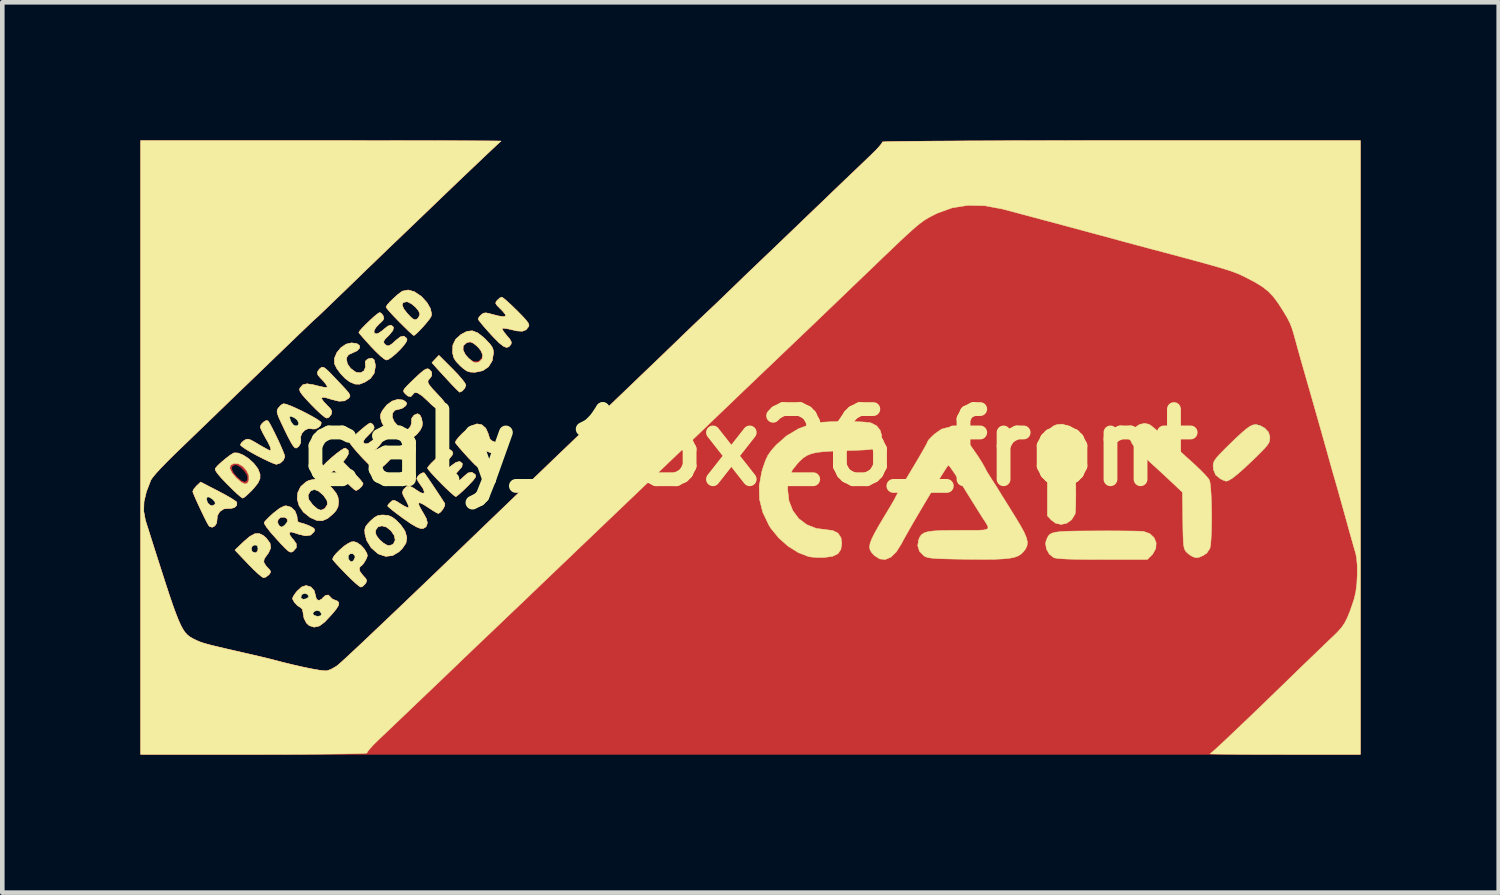
<source format=kicad_pcb>
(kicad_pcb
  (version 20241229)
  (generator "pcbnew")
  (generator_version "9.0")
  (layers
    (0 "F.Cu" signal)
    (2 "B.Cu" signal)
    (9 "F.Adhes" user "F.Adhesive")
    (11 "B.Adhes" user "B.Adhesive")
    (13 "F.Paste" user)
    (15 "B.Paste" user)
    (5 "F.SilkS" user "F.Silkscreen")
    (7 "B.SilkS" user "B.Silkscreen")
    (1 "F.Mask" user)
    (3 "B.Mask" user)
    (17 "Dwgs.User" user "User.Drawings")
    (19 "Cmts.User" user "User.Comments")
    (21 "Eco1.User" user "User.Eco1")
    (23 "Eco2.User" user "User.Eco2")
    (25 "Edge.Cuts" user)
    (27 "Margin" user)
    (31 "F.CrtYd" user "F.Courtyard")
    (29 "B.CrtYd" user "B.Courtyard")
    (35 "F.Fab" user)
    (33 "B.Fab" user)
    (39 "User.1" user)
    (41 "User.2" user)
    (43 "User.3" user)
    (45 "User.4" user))
  (footprint "caly_13x26_front"
    (layer "F.Cu")
    (at 13.238 6.672)
    (property "Reference" "caly_13x26_front" (at 0 0 0) (layer "F.SilkS") (effects (font (size 1.524 1.524) (thickness 0.3))))
    (attr through_hole)
    (fp_poly (pts (xy -6.46 -1.71) (xy -6.344 -1.59) (xy -6.251 -1.483) (xy -6.189 -1.401) (xy -6.167 -1.354) (xy -6.19 -1.29) (xy -6.244 -1.229) (xy -6.3 -1.201) (xy -6.328 -1.224) (xy -6.391 -1.285) (xy -6.477 -1.374) (xy -6.533 -1.435) (xy -6.638 -1.548) (xy -6.734 -1.653) (xy -6.806 -1.732) (xy -6.827 -1.756) (xy -6.904 -1.842) (xy -6.829 -1.922) (xy -6.753 -2.002) (xy -6.46 -1.71)) (stroke (width 0.01) (type solid)) (fill yes) (layer "F.Cu"))
    (fp_poly (pts (xy -8.722 0.063) (xy -8.719 0.139) (xy -8.765 0.222) (xy -8.836 0.312) (xy -8.618 0.532) (xy -8.523 0.632) (xy -8.448 0.716) (xy -8.406 0.773) (xy -8.4 0.787) (xy -8.425 0.838) (xy -8.48 0.894) (xy -8.539 0.93) (xy -8.555 0.933) (xy -8.592 0.911) (xy -8.661 0.85) (xy -8.752 0.763) (xy -8.797 0.717) (xy -8.893 0.621) (xy -8.971 0.547) (xy -9.022 0.505) (xy -9.033 0.5) (xy -9.073 0.523) (xy -9.1 0.55) (xy -9.163 0.59) (xy -9.235 0.591) (xy -9.295 0.56) (xy -9.323 0.506) (xy -9.311 0.455) (xy -9.263 0.392) (xy -9.183 0.311) (xy -9.084 0.222) (xy -8.982 0.136) (xy -8.887 0.066) (xy -8.815 0.021) (xy -8.782 0.013) (xy -8.722 0.063)) (stroke (width 0.01) (type solid)) (fill yes) (layer "F.Cu"))
    (fp_poly (pts (xy -6.966 -1.7) (xy -6.91 -1.639) (xy -6.908 -1.561) (xy -6.95 -1.5) (xy -6.986 -1.461) (xy -6.992 -1.419) (xy -6.965 -1.363) (xy -6.899 -1.281) (xy -6.796 -1.171) (xy -6.699 -1.067) (xy -6.642 -0.997) (xy -6.617 -0.948) (xy -6.619 -0.906) (xy -6.629 -0.88) (xy -6.672 -0.82) (xy -6.729 -0.807) (xy -6.807 -0.844) (xy -6.913 -0.931) (xy -6.983 -1) (xy -7.114 -1.121) (xy -7.212 -1.185) (xy -7.28 -1.195) (xy -7.321 -1.151) (xy -7.321 -1.15) (xy -7.363 -1.105) (xy -7.427 -1.118) (xy -7.486 -1.17) (xy -7.513 -1.202) (xy -7.521 -1.232) (xy -7.504 -1.27) (xy -7.456 -1.326) (xy -7.37 -1.412) (xy -7.291 -1.488) (xy -7.174 -1.598) (xy -7.092 -1.667) (xy -7.036 -1.702) (xy -6.996 -1.71) (xy -6.966 -1.7)) (stroke (width 0.01) (type solid)) (fill yes) (layer "F.Cu"))
    (fp_poly (pts (xy -10.563 1.916) (xy -10.503 1.969) (xy -10.422 2.078) (xy -10.407 2.182) (xy -10.456 2.292) (xy -10.483 2.327) (xy -10.547 2.417) (xy -10.559 2.487) (xy -10.519 2.56) (xy -10.478 2.606) (xy -10.422 2.668) (xy -10.409 2.708) (xy -10.434 2.749) (xy -10.449 2.766) (xy -10.513 2.815) (xy -10.563 2.829) (xy -10.606 2.804) (xy -10.683 2.74) (xy -10.783 2.646) (xy -10.896 2.531) (xy -10.9 2.527) (xy -11.183 2.229) (xy -11.146 2.193) (xy -10.83 2.193) (xy -10.82 2.252) (xy -10.781 2.295) (xy -10.729 2.287) (xy -10.686 2.238) (xy -10.673 2.191) (xy -10.675 2.124) (xy -10.711 2.101) (xy -10.732 2.1) (xy -10.802 2.127) (xy -10.83 2.193) (xy -11.146 2.193) (xy -10.995 2.048) (xy -10.862 1.934) (xy -10.752 1.874) (xy -10.656 1.869) (xy -10.563 1.916)) (stroke (width 0.01) (type solid)) (fill yes) (layer "F.Cu"))
    (fp_poly (pts (xy -8.535 -2.257) (xy -8.477 -2.215) (xy -8.476 -2.159) (xy -8.533 -2.1) (xy -8.634 -2.054) (xy -8.718 -2.015) (xy -8.755 -1.956) (xy -8.761 -1.922) (xy -8.742 -1.819) (xy -8.673 -1.72) (xy -8.569 -1.643) (xy -8.537 -1.629) (xy -8.447 -1.623) (xy -8.378 -1.668) (xy -8.346 -1.75) (xy -8.35 -1.8) (xy -8.352 -1.873) (xy -8.305 -1.917) (xy -8.289 -1.925) (xy -8.208 -1.942) (xy -8.158 -1.904) (xy -8.136 -1.807) (xy -8.134 -1.752) (xy -8.16 -1.611) (xy -8.239 -1.501) (xy -8.359 -1.421) (xy -8.474 -1.376) (xy -8.575 -1.378) (xy -8.689 -1.426) (xy -8.787 -1.499) (xy -8.887 -1.603) (xy -8.971 -1.717) (xy -9.02 -1.817) (xy -9.021 -1.823) (xy -9.02 -1.943) (xy -8.968 -2.064) (xy -8.879 -2.171) (xy -8.767 -2.246) (xy -8.65 -2.273) (xy -8.535 -2.257)) (stroke (width 0.01) (type solid)) (fill yes) (layer "F.Cu"))
    (fp_poly (pts (xy -10.467 -0.58) (xy -10.434 -0.532) (xy -10.384 -0.439) (xy -10.322 -0.316) (xy -10.256 -0.18) (xy -10.194 -0.045) (xy -10.143 0.074) (xy -10.109 0.161) (xy -10.1 0.197) (xy -10.129 0.273) (xy -10.197 0.337) (xy -10.28 0.365) (xy -10.286 0.365) (xy -10.339 0.349) (xy -10.437 0.307) (xy -10.565 0.246) (xy -10.708 0.173) (xy -10.846 0.097) (xy -10.959 0.028) (xy -11.036 -0.026) (xy -11.066 -0.057) (xy -11.066 -0.058) (xy -11.041 -0.104) (xy -10.985 -0.152) (xy -10.941 -0.176) (xy -10.899 -0.182) (xy -10.843 -0.164) (xy -10.757 -0.118) (xy -10.675 -0.069) (xy -10.565 -0.006) (xy -10.478 0.042) (xy -10.428 0.066) (xy -10.423 0.067) (xy -10.401 0.048) (xy -10.415 -0.01) (xy -10.465 -0.114) (xy -10.517 -0.205) (xy -10.575 -0.311) (xy -10.617 -0.398) (xy -10.633 -0.447) (xy -10.633 -0.447) (xy -10.612 -0.502) (xy -10.561 -0.554) (xy -10.505 -0.586) (xy -10.467 -0.58)) (stroke (width 0.01) (type solid)) (fill yes) (layer "F.Cu"))
    (fp_poly (pts (xy -9.28 0.72) (xy -9.135 0.821) (xy -9.064 0.894) (xy -8.985 0.993) (xy -8.946 1.076) (xy -8.933 1.166) (xy -8.933 1.182) (xy -8.945 1.288) (xy -8.99 1.373) (xy -9.041 1.431) (xy -9.169 1.541) (xy -9.287 1.591) (xy -9.408 1.584) (xy -9.547 1.521) (xy -9.556 1.516) (xy -9.698 1.401) (xy -9.789 1.267) (xy -9.83 1.122) (xy -9.826 1.072) (xy -9.6 1.072) (xy -9.577 1.134) (xy -9.52 1.214) (xy -9.447 1.292) (xy -9.375 1.35) (xy -9.331 1.367) (xy -9.275 1.346) (xy -9.228 1.312) (xy -9.175 1.242) (xy -9.178 1.164) (xy -9.222 1.08) (xy -9.28 1.017) (xy -9.361 0.954) (xy -9.44 0.91) (xy -9.479 0.9) (xy -9.525 0.927) (xy -9.571 0.989) (xy -9.599 1.057) (xy -9.6 1.072) (xy -9.826 1.072) (xy -9.818 0.981) (xy -9.756 0.852) (xy -9.641 0.749) (xy -9.572 0.714) (xy -9.426 0.684) (xy -9.28 0.72)) (stroke (width 0.01) (type solid)) (fill yes) (layer "F.Cu"))
    (fp_poly (pts (xy -7.853 1.477) (xy -7.764 1.516) (xy -7.679 1.581) (xy -7.586 1.677) (xy -7.508 1.787) (xy -7.485 1.829) (xy -7.449 1.959) (xy -7.469 2.078) (xy -7.549 2.196) (xy -7.622 2.267) (xy -7.759 2.348) (xy -7.908 2.365) (xy -8.057 2.317) (xy -8.084 2.301) (xy -8.226 2.175) (xy -8.322 2.018) (xy -8.359 1.879) (xy -8.36 1.853) (xy -8.133 1.853) (xy -8.107 1.921) (xy -8.043 2.002) (xy -7.96 2.076) (xy -7.878 2.124) (xy -7.839 2.133) (xy -7.765 2.112) (xy -7.74 2.093) (xy -7.702 2.013) (xy -7.721 1.913) (xy -7.795 1.805) (xy -7.797 1.804) (xy -7.894 1.728) (xy -7.99 1.702) (xy -8.071 1.721) (xy -8.122 1.786) (xy -8.133 1.853) (xy -8.36 1.853) (xy -8.364 1.791) (xy -8.348 1.727) (xy -8.301 1.662) (xy -8.242 1.6) (xy -8.154 1.521) (xy -8.082 1.481) (xy -7.998 1.467) (xy -7.96 1.467) (xy -7.853 1.477)) (stroke (width 0.01) (type solid)) (fill yes) (layer "F.Cu"))
    (fp_poly (pts (xy -5.909 -2.49) (xy -5.779 -2.388) (xy -5.745 -2.355) (xy -5.65 -2.255) (xy -5.596 -2.181) (xy -5.572 -2.115) (xy -5.567 -2.053) (xy -5.595 -1.885) (xy -5.675 -1.754) (xy -5.8 -1.669) (xy -5.963 -1.635) (xy -5.977 -1.635) (xy -6.073 -1.639) (xy -6.145 -1.662) (xy -6.22 -1.714) (xy -6.289 -1.776) (xy -6.378 -1.869) (xy -6.428 -1.947) (xy -6.451 -2.035) (xy -6.455 -2.068) (xy -6.453 -2.124) (xy -6.228 -2.124) (xy -6.179 -2.014) (xy -6.092 -1.918) (xy -5.996 -1.867) (xy -5.906 -1.87) (xy -5.883 -1.881) (xy -5.826 -1.938) (xy -5.806 -1.981) (xy -5.819 -2.061) (xy -5.875 -2.153) (xy -5.962 -2.238) (xy -5.985 -2.254) (xy -6.063 -2.29) (xy -6.135 -2.279) (xy -6.151 -2.272) (xy -6.219 -2.212) (xy -6.228 -2.124) (xy -6.453 -2.124) (xy -6.449 -2.225) (xy -6.39 -2.349) (xy -6.273 -2.455) (xy -6.27 -2.457) (xy -6.143 -2.523) (xy -6.027 -2.535) (xy -5.909 -2.49)) (stroke (width 0.01) (type solid)) (fill yes) (layer "F.Cu"))
    (fp_poly (pts (xy -11.544 0.95) (xy -11.398 1.027) (xy -11.275 1.098) (xy -11.186 1.154) (xy -11.144 1.188) (xy -11.142 1.191) (xy -11.145 1.258) (xy -11.198 1.307) (xy -11.284 1.326) (xy -11.32 1.323) (xy -11.426 1.334) (xy -11.514 1.393) (xy -11.566 1.482) (xy -11.572 1.554) (xy -11.581 1.641) (xy -11.622 1.704) (xy -11.678 1.733) (xy -11.735 1.716) (xy -11.756 1.692) (xy -11.793 1.626) (xy -11.845 1.522) (xy -11.906 1.396) (xy -11.969 1.263) (xy -12.026 1.137) (xy -12.027 1.136) (xy -11.824 1.136) (xy -11.769 1.214) (xy -11.761 1.222) (xy -11.701 1.272) (xy -11.656 1.27) (xy -11.645 1.262) (xy -11.606 1.216) (xy -11.6 1.198) (xy -11.627 1.144) (xy -11.69 1.093) (xy -11.761 1.067) (xy -11.769 1.067) (xy -11.824 1.085) (xy -11.824 1.136) (xy -12.027 1.136) (xy -12.071 1.034) (xy -12.097 0.968) (xy -12.1 0.954) (xy -12.077 0.904) (xy -12.022 0.839) (xy -12.014 0.831) (xy -11.929 0.751) (xy -11.544 0.95)) (stroke (width 0.01) (type solid)) (fill yes) (layer "F.Cu"))
    (fp_poly (pts (xy -11.114 0.12) (xy -11.003 0.166) (xy -10.885 0.244) (xy -10.776 0.343) (xy -10.692 0.452) (xy -10.68 0.473) (xy -10.639 0.58) (xy -10.64 0.677) (xy -10.688 0.778) (xy -10.787 0.899) (xy -10.805 0.919) (xy -10.893 1.006) (xy -10.966 1.071) (xy -11.012 1.1) (xy -11.015 1.1) (xy -11.052 1.077) (xy -11.124 1.016) (xy -11.223 0.924) (xy -11.336 0.812) (xy -11.346 0.802) (xy -11.478 0.664) (xy -11.564 0.563) (xy -11.607 0.497) (xy -11.611 0.468) (xy -11.257 0.468) (xy -11.214 0.556) (xy -11.145 0.638) (xy -11.044 0.726) (xy -10.969 0.754) (xy -10.921 0.723) (xy -10.906 0.671) (xy -10.922 0.594) (xy -10.978 0.508) (xy -11.054 0.43) (xy -11.135 0.381) (xy -11.182 0.374) (xy -11.246 0.405) (xy -11.257 0.468) (xy -11.611 0.468) (xy -11.612 0.458) (xy -11.611 0.457) (xy -11.563 0.399) (xy -11.48 0.321) (xy -11.382 0.239) (xy -11.288 0.167) (xy -11.216 0.123) (xy -11.203 0.117) (xy -11.114 0.12)) (stroke (width 0.01) (type solid)) (fill yes) (layer "F.Cu"))
    (fp_poly (pts (xy -7.538 -1.032) (xy -7.484 -1.001) (xy -7.45 -0.963) (xy -7.464 -0.924) (xy -7.488 -0.895) (xy -7.559 -0.847) (xy -7.615 -0.833) (xy -7.709 -0.81) (xy -7.759 -0.748) (xy -7.766 -0.662) (xy -7.727 -0.564) (xy -7.643 -0.469) (xy -7.642 -0.469) (xy -7.562 -0.409) (xy -7.499 -0.372) (xy -7.481 -0.367) (xy -7.419 -0.395) (xy -7.367 -0.461) (xy -7.345 -0.536) (xy -7.348 -0.561) (xy -7.342 -0.636) (xy -7.292 -0.702) (xy -7.219 -0.733) (xy -7.213 -0.733) (xy -7.165 -0.704) (xy -7.128 -0.63) (xy -7.112 -0.535) (xy -7.118 -0.462) (xy -7.155 -0.383) (xy -7.225 -0.295) (xy -7.254 -0.268) (xy -7.351 -0.198) (xy -7.451 -0.17) (xy -7.519 -0.167) (xy -7.615 -0.174) (xy -7.692 -0.203) (xy -7.777 -0.267) (xy -7.812 -0.299) (xy -7.908 -0.405) (xy -7.98 -0.518) (xy -7.999 -0.563) (xy -8.023 -0.656) (xy -8.018 -0.724) (xy -7.98 -0.802) (xy -7.884 -0.924) (xy -7.769 -1.007) (xy -7.649 -1.045) (xy -7.538 -1.032)) (stroke (width 0.01) (type solid)) (fill yes) (layer "F.Cu"))
    (fp_poly (pts (xy -7.288 -3.385) (xy -7.144 -3.289) (xy -7.124 -3.272) (xy -7.01 -3.146) (xy -6.937 -3.018) (xy -6.912 -2.901) (xy -6.919 -2.856) (xy -6.948 -2.805) (xy -7.008 -2.727) (xy -7.086 -2.636) (xy -7.168 -2.548) (xy -7.24 -2.476) (xy -7.29 -2.437) (xy -7.3 -2.433) (xy -7.329 -2.456) (xy -7.395 -2.516) (xy -7.489 -2.607) (xy -7.6 -2.717) (xy -7.609 -2.726) (xy -7.72 -2.84) (xy -7.812 -2.939) (xy -7.875 -3.013) (xy -7.9 -3.051) (xy -7.9 -3.052) (xy -7.876 -3.095) (xy -7.875 -3.097) (xy -7.552 -3.097) (xy -7.517 -3.012) (xy -7.445 -2.919) (xy -7.357 -2.825) (xy -7.296 -2.78) (xy -7.249 -2.777) (xy -7.207 -2.807) (xy -7.171 -2.872) (xy -7.167 -2.9) (xy -7.193 -2.968) (xy -7.258 -3.047) (xy -7.342 -3.118) (xy -7.424 -3.161) (xy -7.455 -3.167) (xy -7.531 -3.149) (xy -7.552 -3.097) (xy -7.875 -3.097) (xy -7.816 -3.164) (xy -7.734 -3.244) (xy -7.647 -3.322) (xy -7.569 -3.381) (xy -7.54 -3.398) (xy -7.422 -3.422) (xy -7.288 -3.385)) (stroke (width 0.01) (type solid)) (fill yes) (layer "F.Cu"))
    (fp_poly (pts (xy -10.081 -0.943) (xy -9.987 -0.909) (xy -9.863 -0.855) (xy -9.725 -0.79) (xy -9.587 -0.719) (xy -9.463 -0.651) (xy -9.367 -0.592) (xy -9.315 -0.55) (xy -9.309 -0.542) (xy -9.319 -0.488) (xy -9.369 -0.436) (xy -9.439 -0.402) (xy -9.503 -0.402) (xy -9.508 -0.404) (xy -9.586 -0.413) (xy -9.666 -0.376) (xy -9.73 -0.308) (xy -9.759 -0.227) (xy -9.753 -0.178) (xy -9.754 -0.101) (xy -9.797 -0.025) (xy -9.85 0.012) (xy -9.879 0.007) (xy -9.917 -0.034) (xy -9.969 -0.117) (xy -10.039 -0.25) (xy -10.099 -0.372) (xy -10.177 -0.536) (xy -10.23 -0.652) (xy -10.235 -0.665) (xy -10.033 -0.665) (xy -10.012 -0.566) (xy -9.959 -0.489) (xy -9.888 -0.445) (xy -9.815 -0.446) (xy -9.77 -0.479) (xy -9.747 -0.549) (xy -9.786 -0.621) (xy -9.875 -0.683) (xy -9.967 -0.723) (xy -10.015 -0.727) (xy -10.032 -0.692) (xy -10.033 -0.665) (xy -10.235 -0.665) (xy -10.259 -0.73) (xy -10.269 -0.783) (xy -10.262 -0.821) (xy -10.244 -0.854) (xy -10.185 -0.919) (xy -10.133 -0.95) (xy -10.081 -0.943)) (stroke (width 0.01) (type solid)) (fill yes) (layer "F.Cu"))
    (fp_poly (pts (xy -8.532 2.067) (xy -8.45 2.123) (xy -8.373 2.207) (xy -8.362 2.225) (xy -8.317 2.302) (xy -8.307 2.356) (xy -8.33 2.417) (xy -8.35 2.454) (xy -8.395 2.526) (xy -8.43 2.565) (xy -8.435 2.567) (xy -8.466 2.593) (xy -8.481 2.622) (xy -8.472 2.689) (xy -8.404 2.78) (xy -8.401 2.782) (xy -8.34 2.85) (xy -8.321 2.894) (xy -8.338 2.939) (xy -8.352 2.96) (xy -8.406 3.015) (xy -8.448 3.033) (xy -8.487 3.011) (xy -8.561 2.949) (xy -8.66 2.858) (xy -8.771 2.748) (xy -8.881 2.634) (xy -8.972 2.536) (xy -9.036 2.464) (xy -9.062 2.429) (xy -9.047 2.384) (xy -9.038 2.372) (xy -8.76 2.372) (xy -8.74 2.432) (xy -8.715 2.455) (xy -8.641 2.489) (xy -8.594 2.463) (xy -8.573 2.389) (xy -8.575 2.324) (xy -8.614 2.302) (xy -8.649 2.3) (xy -8.727 2.321) (xy -8.76 2.372) (xy -9.038 2.372) (xy -8.993 2.313) (xy -8.912 2.231) (xy -8.82 2.15) (xy -8.74 2.094) (xy -8.658 2.052) (xy -8.594 2.047) (xy -8.532 2.067)) (stroke (width 0.01) (type solid)) (fill yes) (layer "F.Cu"))
    (fp_poly (pts (xy -5.819 -0.493) (xy -5.734 -0.417) (xy -5.677 -0.289) (xy -5.67 -0.26) (xy -5.648 -0.191) (xy -5.605 -0.146) (xy -5.521 -0.11) (xy -5.484 -0.098) (xy -5.368 -0.052) (xy -5.313 -0.004) (xy -5.316 0.052) (xy -5.352 0.102) (xy -5.428 0.157) (xy -5.52 0.158) (xy -5.621 0.117) (xy -5.732 0.074) (xy -5.804 0.072) (xy -5.831 0.107) (xy -5.805 0.171) (xy -5.75 0.233) (xy -5.68 0.326) (xy -5.674 0.41) (xy -5.707 0.46) (xy -5.755 0.492) (xy -5.81 0.49) (xy -5.88 0.45) (xy -5.974 0.368) (xy -6.099 0.237) (xy -6.122 0.213) (xy -6.226 0.097) (xy -6.313 -0.002) (xy -6.372 -0.074) (xy -6.395 -0.107) (xy -6.393 -0.115) (xy -6.087 -0.115) (xy -6.044 -0.071) (xy -5.985 -0.072) (xy -5.931 -0.113) (xy -5.906 -0.175) (xy -5.909 -0.243) (xy -5.945 -0.266) (xy -5.96 -0.267) (xy -6.037 -0.242) (xy -6.085 -0.183) (xy -6.087 -0.115) (xy -6.393 -0.115) (xy -6.38 -0.149) (xy -6.326 -0.219) (xy -6.247 -0.302) (xy -6.156 -0.386) (xy -6.066 -0.456) (xy -6.042 -0.471) (xy -5.925 -0.513) (xy -5.819 -0.493)) (stroke (width 0.01) (type solid)) (fill yes) (layer "F.Cu"))
    (fp_poly (pts (xy -5.351 -3.244) (xy -5.279 -3.184) (xy -5.18 -3.093) (xy -5.066 -2.983) (xy -5.061 -2.978) (xy -4.937 -2.852) (xy -4.856 -2.762) (xy -4.811 -2.701) (xy -4.796 -2.658) (xy -4.803 -2.628) (xy -4.86 -2.557) (xy -4.94 -2.526) (xy -5.057 -2.533) (xy -5.147 -2.554) (xy -5.256 -2.579) (xy -5.341 -2.592) (xy -5.375 -2.592) (xy -5.375 -2.563) (xy -5.336 -2.502) (xy -5.283 -2.437) (xy -5.209 -2.349) (xy -5.179 -2.29) (xy -5.185 -2.246) (xy -5.189 -2.239) (xy -5.233 -2.188) (xy -5.286 -2.174) (xy -5.353 -2.201) (xy -5.443 -2.273) (xy -5.563 -2.393) (xy -5.627 -2.462) (xy -5.733 -2.58) (xy -5.819 -2.681) (xy -5.878 -2.755) (xy -5.9 -2.791) (xy -5.9 -2.792) (xy -5.878 -2.835) (xy -5.834 -2.882) (xy -5.784 -2.918) (xy -5.728 -2.925) (xy -5.639 -2.905) (xy -5.626 -2.901) (xy -5.461 -2.858) (xy -5.355 -2.842) (xy -5.305 -2.852) (xy -5.31 -2.893) (xy -5.366 -2.963) (xy -5.421 -3.018) (xy -5.491 -3.089) (xy -5.518 -3.133) (xy -5.509 -3.168) (xy -5.482 -3.201) (xy -5.425 -3.251) (xy -5.387 -3.267) (xy -5.351 -3.244)) (stroke (width 0.01) (type solid)) (fill yes) (layer "F.Cu"))
    (fp_poly (pts (xy -8.195 -0.507) (xy -8.169 -0.472) (xy -8.159 -0.427) (xy -8.184 -0.375) (xy -8.253 -0.301) (xy -8.268 -0.286) (xy -8.356 -0.196) (xy -8.394 -0.137) (xy -8.385 -0.099) (xy -8.348 -0.078) (xy -8.288 -0.088) (xy -8.204 -0.147) (xy -8.188 -0.162) (xy -8.11 -0.226) (xy -8.042 -0.263) (xy -8.023 -0.267) (xy -7.976 -0.244) (xy -7.968 -0.186) (xy -7.996 -0.109) (xy -8.057 -0.031) (xy -8.067 -0.022) (xy -8.14 0.051) (xy -8.162 0.102) (xy -8.138 0.147) (xy -8.117 0.167) (xy -8.079 0.183) (xy -8.031 0.166) (xy -7.958 0.109) (xy -7.931 0.085) (xy -7.823 0.004) (xy -7.74 -0.023) (xy -7.687 0.006) (xy -7.672 0.046) (xy -7.689 0.099) (xy -7.744 0.179) (xy -7.824 0.272) (xy -7.915 0.365) (xy -8.003 0.443) (xy -8.074 0.491) (xy -8.104 0.5) (xy -8.147 0.477) (xy -8.224 0.413) (xy -8.323 0.319) (xy -8.43 0.208) (xy -8.535 0.092) (xy -8.621 -0.01) (xy -8.679 -0.085) (xy -8.7 -0.122) (xy -8.676 -0.161) (xy -8.614 -0.228) (xy -8.528 -0.31) (xy -8.433 -0.394) (xy -8.343 -0.468) (xy -8.272 -0.519) (xy -8.239 -0.533) (xy -8.195 -0.507)) (stroke (width 0.01) (type solid)) (fill yes) (layer "F.Cu"))
    (fp_poly (pts (xy -7.996 -2.907) (xy -7.965 -2.863) (xy -7.948 -2.814) (xy -7.965 -2.768) (xy -8.025 -2.707) (xy -8.047 -2.688) (xy -8.125 -2.605) (xy -8.163 -2.533) (xy -8.156 -2.483) (xy -8.11 -2.467) (xy -8.053 -2.489) (xy -7.975 -2.544) (xy -7.945 -2.571) (xy -7.86 -2.638) (xy -7.794 -2.658) (xy -7.786 -2.655) (xy -7.738 -2.613) (xy -7.752 -2.544) (xy -7.827 -2.45) (xy -7.856 -2.421) (xy -7.928 -2.349) (xy -7.954 -2.302) (xy -7.944 -2.264) (xy -7.936 -2.253) (xy -7.888 -2.211) (xy -7.837 -2.209) (xy -7.769 -2.253) (xy -7.695 -2.321) (xy -7.593 -2.402) (xy -7.514 -2.42) (xy -7.458 -2.376) (xy -7.445 -2.348) (xy -7.458 -2.301) (xy -7.51 -2.226) (xy -7.589 -2.136) (xy -7.68 -2.046) (xy -7.772 -1.968) (xy -7.849 -1.915) (xy -7.894 -1.9) (xy -7.94 -1.924) (xy -8.02 -1.988) (xy -8.121 -2.085) (xy -8.219 -2.186) (xy -8.324 -2.301) (xy -8.41 -2.398) (xy -8.47 -2.467) (xy -8.492 -2.497) (xy -8.474 -2.53) (xy -8.419 -2.594) (xy -8.339 -2.676) (xy -8.248 -2.763) (xy -8.16 -2.844) (xy -8.086 -2.904) (xy -8.041 -2.933) (xy -8.037 -2.933) (xy -7.996 -2.907)) (stroke (width 0.01) (type solid)) (fill yes) (layer "F.Cu"))
    (fp_poly (pts (xy -9.249 -1.736) (xy -9.201 -1.701) (xy -9.132 -1.636) (xy -9.032 -1.533) (xy -8.896 -1.388) (xy -8.883 -1.375) (xy -8.78 -1.265) (xy -8.717 -1.191) (xy -8.688 -1.143) (xy -8.686 -1.11) (xy -8.706 -1.079) (xy -8.717 -1.067) (xy -8.803 -1.013) (xy -8.925 -1.006) (xy -9.088 -1.046) (xy -9.1 -1.05) (xy -9.224 -1.087) (xy -9.291 -1.091) (xy -9.301 -1.06) (xy -9.255 -0.993) (xy -9.179 -0.914) (xy -9.108 -0.84) (xy -9.079 -0.789) (xy -9.085 -0.74) (xy -9.095 -0.715) (xy -9.143 -0.655) (xy -9.191 -0.638) (xy -9.236 -0.663) (xy -9.315 -0.727) (xy -9.416 -0.821) (xy -9.528 -0.934) (xy -9.646 -1.06) (xy -9.723 -1.149) (xy -9.765 -1.209) (xy -9.78 -1.252) (xy -9.773 -1.287) (xy -9.77 -1.294) (xy -9.709 -1.362) (xy -9.618 -1.384) (xy -9.485 -1.363) (xy -9.483 -1.363) (xy -9.371 -1.335) (xy -9.268 -1.312) (xy -9.255 -1.31) (xy -9.191 -1.302) (xy -9.178 -1.32) (xy -9.193 -1.354) (xy -9.241 -1.42) (xy -9.31 -1.494) (xy -9.314 -1.497) (xy -9.382 -1.576) (xy -9.393 -1.638) (xy -9.35 -1.702) (xy -9.337 -1.713) (xy -9.309 -1.736) (xy -9.282 -1.746) (xy -9.249 -1.736)) (stroke (width 0.01) (type solid)) (fill yes) (layer "F.Cu"))
    (fp_poly (pts (xy -6.495 0.057) (xy -6.465 0.085) (xy -6.448 0.121) (xy -6.463 0.165) (xy -6.516 0.231) (xy -6.563 0.279) (xy -6.639 0.362) (xy -6.673 0.413) (xy -6.67 0.447) (xy -6.655 0.463) (xy -6.614 0.48) (xy -6.563 0.459) (xy -6.49 0.402) (xy -6.382 0.324) (xy -6.301 0.304) (xy -6.25 0.341) (xy -6.243 0.355) (xy -6.254 0.42) (xy -6.327 0.504) (xy -6.328 0.505) (xy -6.394 0.579) (xy -6.431 0.649) (xy -6.433 0.666) (xy -6.412 0.721) (xy -6.357 0.732) (xy -6.284 0.7) (xy -6.212 0.633) (xy -6.121 0.554) (xy -6.037 0.538) (xy -5.966 0.584) (xy -5.952 0.615) (xy -5.965 0.656) (xy -6.012 0.717) (xy -6.098 0.809) (xy -6.14 0.851) (xy -6.238 0.946) (xy -6.32 1.019) (xy -6.374 1.061) (xy -6.387 1.067) (xy -6.421 1.044) (xy -6.492 0.983) (xy -6.589 0.893) (xy -6.702 0.782) (xy -6.709 0.774) (xy -6.82 0.66) (xy -6.912 0.56) (xy -6.975 0.486) (xy -7 0.447) (xy -7 0.446) (xy -6.976 0.407) (xy -6.915 0.339) (xy -6.83 0.256) (xy -6.736 0.171) (xy -6.648 0.097) (xy -6.579 0.047) (xy -6.548 0.033) (xy -6.495 0.057)) (stroke (width 0.01) (type solid)) (fill yes) (layer "F.Cu"))
    (fp_poly (pts (xy -9.966 1.297) (xy -9.882 1.376) (xy -9.837 1.485) (xy -9.833 1.527) (xy -9.823 1.605) (xy -9.785 1.633) (xy -9.775 1.634) (xy -9.71 1.648) (xy -9.616 1.682) (xy -9.573 1.7) (xy -9.488 1.743) (xy -9.453 1.776) (xy -9.458 1.816) (xy -9.466 1.832) (xy -9.538 1.902) (xy -9.65 1.919) (xy -9.796 1.885) (xy -9.889 1.854) (xy -9.956 1.836) (xy -9.971 1.833) (xy -10 1.855) (xy -9.988 1.908) (xy -9.94 1.976) (xy -9.915 2.001) (xy -9.851 2.092) (xy -9.851 2.178) (xy -9.916 2.252) (xy -9.921 2.256) (xy -9.952 2.272) (xy -9.985 2.271) (xy -10.028 2.246) (xy -10.089 2.191) (xy -10.179 2.098) (xy -10.279 1.988) (xy -10.405 1.847) (xy -10.493 1.735) (xy -10.537 1.665) (xy -10.251 1.665) (xy -10.205 1.721) (xy -10.136 1.729) (xy -10.069 1.686) (xy -10.068 1.685) (xy -10.038 1.611) (xy -10.057 1.543) (xy -10.119 1.507) (xy -10.12 1.507) (xy -10.2 1.523) (xy -10.249 1.583) (xy -10.251 1.665) (xy -10.537 1.665) (xy -10.541 1.659) (xy -10.547 1.629) (xy -10.513 1.585) (xy -10.443 1.514) (xy -10.351 1.429) (xy -10.346 1.425) (xy -10.215 1.323) (xy -10.114 1.273) (xy -10.072 1.267) (xy -9.966 1.297)) (stroke (width 0.01) (type solid)) (fill yes) (layer "F.Cu"))
    (fp_poly (pts (xy -9.535 3.03) (xy -9.463 3.108) (xy -9.433 3.217) (xy -9.433 3.225) (xy -9.411 3.299) (xy -9.359 3.324) (xy -9.297 3.293) (xy -9.279 3.271) (xy -9.216 3.213) (xy -9.155 3.205) (xy -9.113 3.247) (xy -9.069 3.291) (xy -9.018 3.313) (xy -8.954 3.338) (xy -8.926 3.375) (xy -8.935 3.432) (xy -8.986 3.513) (xy -9.08 3.626) (xy -9.221 3.777) (xy -9.235 3.792) (xy -9.35 3.877) (xy -9.465 3.903) (xy -9.571 3.868) (xy -9.631 3.812) (xy -9.683 3.709) (xy -9.7 3.611) (xy -9.704 3.587) (xy -9.532 3.587) (xy -9.516 3.66) (xy -9.499 3.685) (xy -9.426 3.729) (xy -9.342 3.714) (xy -9.284 3.668) (xy -9.24 3.591) (xy -9.256 3.535) (xy -9.327 3.507) (xy -9.391 3.506) (xy -9.489 3.533) (xy -9.532 3.587) (xy -9.704 3.587) (xy -9.716 3.517) (xy -9.758 3.477) (xy -9.827 3.433) (xy -9.892 3.363) (xy -9.93 3.293) (xy -9.933 3.276) (xy -9.917 3.239) (xy -9.761 3.239) (xy -9.733 3.305) (xy -9.714 3.323) (xy -9.632 3.363) (xy -9.578 3.344) (xy -9.555 3.293) (xy -9.558 3.206) (xy -9.609 3.15) (xy -9.68 3.14) (xy -9.742 3.175) (xy -9.761 3.239) (xy -9.917 3.239) (xy -9.912 3.229) (xy -9.861 3.155) (xy -9.83 3.118) (xy -9.734 3.031) (xy -9.643 3) (xy -9.632 3) (xy -9.535 3.03)) (stroke (width 0.01) (type solid)) (fill yes) (layer "F.Cu"))
    (fp_poly (pts (xy -7.07 0.552) (xy -7.043 0.589) (xy -6.989 0.668) (xy -6.917 0.774) (xy -6.836 0.895) (xy -6.757 1.014) (xy -6.688 1.12) (xy -6.638 1.197) (xy -6.623 1.221) (xy -6.628 1.268) (xy -6.663 1.336) (xy -6.713 1.399) (xy -6.759 1.432) (xy -6.765 1.433) (xy -6.805 1.416) (xy -6.882 1.37) (xy -6.962 1.317) (xy -7.088 1.236) (xy -7.165 1.2) (xy -7.196 1.211) (xy -7.181 1.269) (xy -7.122 1.376) (xy -7.1 1.411) (xy -7.028 1.541) (xy -7.003 1.635) (xy -7.022 1.705) (xy -7.04 1.727) (xy -7.089 1.758) (xy -7.153 1.759) (xy -7.239 1.726) (xy -7.357 1.657) (xy -7.515 1.548) (xy -7.542 1.529) (xy -7.667 1.436) (xy -7.77 1.356) (xy -7.84 1.297) (xy -7.867 1.269) (xy -7.867 1.268) (xy -7.845 1.23) (xy -7.801 1.185) (xy -7.761 1.153) (xy -7.723 1.148) (xy -7.667 1.173) (xy -7.577 1.231) (xy -7.49 1.282) (xy -7.428 1.307) (xy -7.407 1.303) (xy -7.416 1.257) (xy -7.452 1.177) (xy -7.48 1.125) (xy -7.529 1.036) (xy -7.545 0.98) (xy -7.532 0.935) (xy -7.514 0.906) (xy -7.454 0.848) (xy -7.384 0.841) (xy -7.292 0.888) (xy -7.253 0.917) (xy -7.149 0.983) (xy -7.086 0.998) (xy -7.068 0.966) (xy -7.098 0.889) (xy -7.15 0.814) (xy -7.202 0.738) (xy -7.231 0.683) (xy -7.233 0.674) (xy -7.211 0.626) (xy -7.16 0.578) (xy -7.104 0.549) (xy -7.07 0.552)) (stroke (width 0.01) (type solid)) (fill yes) (layer "F.Cu"))
    (fp_poly (pts (xy -8.806 -6.667) (xy -8.32 -6.666) (xy -7.857 -6.666) (xy -7.422 -6.665) (xy -7.018 -6.665) (xy -6.65 -6.664) (xy -6.321 -6.663) (xy -6.036 -6.662) (xy -5.798 -6.661) (xy -5.613 -6.66) (xy -5.483 -6.659) (xy -5.414 -6.658) (xy -5.403 -6.657) (xy -5.438 -6.626) (xy -5.516 -6.554) (xy -5.632 -6.445) (xy -5.78 -6.305) (xy -5.956 -6.138) (xy -6.154 -5.95) (xy -6.369 -5.745) (xy -6.595 -5.528) (xy -6.828 -5.304) (xy -6.833 -5.299) (xy -7.028 -5.112) (xy -7.211 -4.936) (xy -7.377 -4.777) (xy -7.518 -4.642) (xy -7.628 -4.536) (xy -7.7 -4.468) (xy -7.721 -4.448) (xy -7.77 -4.401) (xy -7.861 -4.314) (xy -7.985 -4.194) (xy -8.138 -4.046) (xy -8.313 -3.878) (xy -8.502 -3.694) (xy -8.617 -3.583) (xy -8.807 -3.399) (xy -8.983 -3.23) (xy -9.137 -3.081) (xy -9.266 -2.958) (xy -9.361 -2.867) (xy -9.419 -2.813) (xy -9.433 -2.8) (xy -9.445 -2.79) (xy -9.473 -2.765) (xy -9.518 -2.723) (xy -9.584 -2.66) (xy -9.673 -2.575) (xy -9.789 -2.464) (xy -9.933 -2.325) (xy -10.109 -2.156) (xy -10.319 -1.954) (xy -10.566 -1.715) (xy -10.853 -1.439) (xy -11.182 -1.122) (xy -11.556 -0.761) (xy -11.583 -0.734) (xy -11.773 -0.551) (xy -11.988 -0.344) (xy -12.207 -0.132) (xy -12.411 0.064) (xy -12.506 0.156) (xy -12.653 0.302) (xy -12.786 0.439) (xy -12.896 0.558) (xy -12.973 0.651) (xy -13.01 0.706) (xy -13.108 0.96) (xy -13.16 1.181) (xy -13.166 1.382) (xy -13.13 1.578) (xy -13.121 1.607) (xy -13.094 1.692) (xy -13.052 1.824) (xy -13.001 1.986) (xy -12.945 2.162) (xy -12.933 2.2) (xy -12.809 2.588) (xy -12.703 2.917) (xy -12.613 3.193) (xy -12.535 3.421) (xy -12.468 3.606) (xy -12.409 3.754) (xy -12.357 3.869) (xy -12.308 3.958) (xy -12.261 4.025) (xy -12.213 4.075) (xy -12.163 4.114) (xy -12.107 4.147) (xy -12.085 4.159) (xy -12.025 4.188) (xy -11.968 4.214) (xy -11.902 4.238) (xy -11.821 4.263) (xy -11.714 4.292) (xy -11.573 4.326) (xy -11.388 4.37) (xy -11.152 4.424) (xy -11.033 4.451) (xy -10.847 4.494) (xy -10.674 4.534) (xy -10.531 4.568) (xy -10.43 4.593) (xy -10.4 4.6) (xy -10.161 4.663) (xy -9.927 4.72) (xy -9.707 4.77) (xy -9.512 4.81) (xy -9.352 4.838) (xy -9.238 4.852) (xy -9.185 4.852) (xy -9.095 4.819) (xy -8.991 4.76) (xy -8.957 4.736) (xy -8.904 4.691) (xy -8.807 4.603) (xy -8.668 4.474) (xy -8.49 4.308) (xy -8.277 4.107) (xy -8.032 3.874) (xy -7.757 3.613) (xy -7.456 3.326) (xy -7.133 3.017) (xy -6.789 2.688) (xy -6.429 2.341) (xy -6.334 2.25) (xy -5.973 1.902) (xy -5.609 1.552) (xy -5.249 1.206) (xy -4.902 0.872) (xy -4.573 0.557) (xy -4.406 0.396) (xy 10.067 0.396) (xy 10.089 0.536) (xy 10.16 0.635) (xy 10.244 0.685) (xy 10.325 0.719) (xy 10.375 0.727) (xy 10.425 0.706) (xy 10.483 0.671) (xy 10.543 0.625) (xy 10.638 0.543) (xy 10.758 0.435) (xy 10.891 0.311) (xy 10.942 0.262) (xy 11.082 0.127) (xy 11.18 0.027) (xy 11.243 -0.047) (xy 11.28 -0.103) (xy 11.297 -0.152) (xy 11.301 -0.202) (xy 11.301 -0.205) (xy 11.285 -0.306) (xy 11.229 -0.386) (xy 11.197 -0.414) (xy 11.126 -0.467) (xy 11.059 -0.498) (xy 10.989 -0.502) (xy 10.91 -0.475) (xy 10.814 -0.415) (xy 10.694 -0.317) (xy 10.543 -0.178) (xy 10.353 0.006) (xy 10.342 0.018) (xy 10.22 0.141) (xy 10.139 0.23) (xy 10.092 0.297) (xy 10.071 0.353) (xy 10.067 0.396) (xy -4.406 0.396) (xy -4.272 0.267) (xy -4.004 0.011) (xy -3.8 -0.185) (xy -3.27 -0.693) (xy -2.786 -1.157) (xy -2.347 -1.578) (xy -1.951 -1.958) (xy -1.597 -2.299) (xy -1.45 -2.441) (xy -1.31 -2.576) (xy -1.175 -2.705) (xy -1.057 -2.817) (xy -0.971 -2.898) (xy -0.95 -2.918) (xy -0.879 -2.985) (xy -0.772 -3.086) (xy -0.642 -3.211) (xy -0.5 -3.348) (xy -0.433 -3.412) (xy -0.259 -3.58) (xy -0.061 -3.772) (xy 0.139 -3.963) (xy 0.317 -4.133) (xy 0.333 -4.149) (xy 0.494 -4.302) (xy 0.683 -4.483) (xy 0.883 -4.675) (xy 1.075 -4.859) (xy 1.168 -4.949) (xy 1.475 -5.243) (xy 1.783 -5.539) (xy 2.082 -5.826) (xy 2.359 -6.09) (xy 2.602 -6.323) (xy 2.643 -6.362) (xy 2.746 -6.464) (xy 2.826 -6.552) (xy 2.873 -6.613) (xy 2.881 -6.637) (xy 2.912 -6.64) (xy 3.006 -6.644) (xy 3.162 -6.647) (xy 3.377 -6.65) (xy 3.647 -6.653) (xy 3.971 -6.656) (xy 4.346 -6.658) (xy 4.768 -6.661) (xy 5.236 -6.662) (xy 5.746 -6.664) (xy 6.297 -6.665) (xy 6.885 -6.666) (xy 7.507 -6.667) (xy 8.065 -6.667) (xy 13.267 -6.667) (xy 13.267 6.667) (xy -13.233 6.667) (xy -13.233 -6.667) (xy -9.311 -6.667) (xy -8.806 -6.667)) (stroke (width 0.01) (type solid)) (fill yes) (layer "F.Cu"))
    (fp_poly (pts (xy 9.22 2.987) (xy 9.233 2.99) (xy 9.26 3.001) (xy 9.278 3.025) (xy 9.29 3.073) (xy 9.297 3.155) (xy 9.299 3.282) (xy 9.3 3.464) (xy 9.298 3.667) (xy 9.291 3.812) (xy 9.276 3.909) (xy 9.252 3.966) (xy 9.215 3.993) (xy 9.168 3.999) (xy 9.096 3.983) (xy 9.077 3.974) (xy 9.063 3.934) (xy 9.051 3.841) (xy 9.041 3.708) (xy 9.033 3.55) (xy 9.028 3.379) (xy 9.027 3.209) (xy 9.031 3.054) (xy 9.032 3.046) (xy 9.062 3.007) (xy 9.134 2.985) (xy 9.22 2.987)) (stroke (width 0.01) (type solid)) (fill yes) (layer "F.Mask"))
    (fp_poly (pts (xy 6.467 3.003) (xy 6.502 3.042) (xy 6.502 3.046) (xy 6.503 3.094) (xy 6.502 3.192) (xy 6.501 3.32) (xy 6.5 3.369) (xy 6.501 3.527) (xy 6.515 3.63) (xy 6.549 3.691) (xy 6.612 3.723) (xy 6.713 3.737) (xy 6.751 3.74) (xy 6.852 3.75) (xy 6.903 3.77) (xy 6.925 3.81) (xy 6.928 3.827) (xy 6.927 3.904) (xy 6.892 3.955) (xy 6.815 3.985) (xy 6.687 3.998) (xy 6.586 4) (xy 6.433 3.995) (xy 6.325 3.981) (xy 6.273 3.96) (xy 6.254 3.908) (xy 6.241 3.794) (xy 6.234 3.618) (xy 6.233 3.476) (xy 6.234 3.296) (xy 6.237 3.172) (xy 6.243 3.092) (xy 6.256 3.045) (xy 6.275 3.019) (xy 6.304 3.005) (xy 6.307 3.004) (xy 6.394 2.988) (xy 6.467 3.003)) (stroke (width 0.01) (type solid)) (fill yes) (layer "F.Mask"))
    (fp_poly (pts (xy 1.097 3.001) (xy 1.212 3.005) (xy 1.282 3.013) (xy 1.321 3.028) (xy 1.338 3.051) (xy 1.342 3.062) (xy 1.338 3.152) (xy 1.287 3.215) (xy 1.222 3.233) (xy 1.155 3.242) (xy 1.111 3.275) (xy 1.084 3.344) (xy 1.07 3.457) (xy 1.067 3.626) (xy 1.067 3.636) (xy 1.065 3.791) (xy 1.058 3.891) (xy 1.044 3.949) (xy 1.021 3.976) (xy 1.014 3.98) (xy 0.926 3.998) (xy 0.848 3.992) (xy 0.822 3.978) (xy 0.813 3.937) (xy 0.805 3.845) (xy 0.801 3.718) (xy 0.8 3.632) (xy 0.797 3.466) (xy 0.786 3.356) (xy 0.762 3.287) (xy 0.719 3.25) (xy 0.654 3.231) (xy 0.633 3.228) (xy 0.572 3.205) (xy 0.545 3.146) (xy 0.54 3.108) (xy 0.529 3) (xy 0.927 3) (xy 1.097 3.001)) (stroke (width 0.01) (type solid)) (fill yes) (layer "F.Mask"))
    (fp_poly (pts (xy 5.748 2.981) (xy 5.894 3.031) (xy 6.008 3.134) (xy 6.063 3.223) (xy 6.09 3.323) (xy 6.099 3.459) (xy 6.088 3.604) (xy 6.06 3.73) (xy 6.052 3.75) (xy 5.968 3.873) (xy 5.843 3.956) (xy 5.695 3.995) (xy 5.541 3.986) (xy 5.41 3.931) (xy 5.304 3.825) (xy 5.234 3.677) (xy 5.213 3.543) (xy 5.499 3.543) (xy 5.514 3.643) (xy 5.54 3.693) (xy 5.619 3.731) (xy 5.709 3.718) (xy 5.781 3.659) (xy 5.827 3.54) (xy 5.821 3.408) (xy 5.765 3.288) (xy 5.764 3.288) (xy 5.696 3.218) (xy 5.636 3.206) (xy 5.566 3.25) (xy 5.561 3.255) (xy 5.524 3.323) (xy 5.503 3.428) (xy 5.499 3.543) (xy 5.213 3.543) (xy 5.206 3.501) (xy 5.211 3.399) (xy 5.258 3.216) (xy 5.35 3.083) (xy 5.482 3.001) (xy 5.651 2.973) (xy 5.748 2.981)) (stroke (width 0.01) (type solid)) (fill yes) (layer "F.Mask"))
    (fp_poly (pts (xy 2.886 3.007) (xy 3.008 3.096) (xy 3.015 3.104) (xy 3.079 3.189) (xy 3.094 3.244) (xy 3.06 3.283) (xy 3.016 3.306) (xy 2.949 3.326) (xy 2.886 3.308) (xy 2.834 3.272) (xy 2.761 3.224) (xy 2.708 3.201) (xy 2.703 3.2) (xy 2.651 3.23) (xy 2.604 3.305) (xy 2.573 3.406) (xy 2.567 3.476) (xy 2.582 3.618) (xy 2.626 3.709) (xy 2.691 3.744) (xy 2.772 3.719) (xy 2.834 3.666) (xy 2.899 3.604) (xy 2.948 3.585) (xy 3.006 3.601) (xy 3.014 3.605) (xy 3.081 3.65) (xy 3.096 3.711) (xy 3.065 3.807) (xy 3.064 3.81) (xy 2.985 3.907) (xy 2.862 3.974) (xy 2.713 4) (xy 2.704 4) (xy 2.588 3.984) (xy 2.486 3.926) (xy 2.456 3.9) (xy 2.353 3.774) (xy 2.293 3.624) (xy 2.275 3.462) (xy 2.296 3.305) (xy 2.355 3.165) (xy 2.449 3.056) (xy 2.562 2.998) (xy 2.734 2.973) (xy 2.886 3.007)) (stroke (width 0.01) (type solid)) (fill yes) (layer "F.Mask"))
    (fp_poly (pts (xy 7.549 2.988) (xy 7.628 3.006) (xy 7.693 3.046) (xy 7.728 3.078) (xy 7.828 3.219) (xy 7.877 3.393) (xy 7.872 3.591) (xy 7.864 3.631) (xy 7.801 3.791) (xy 7.697 3.91) (xy 7.564 3.982) (xy 7.414 4.001) (xy 7.259 3.961) (xy 7.21 3.935) (xy 7.084 3.829) (xy 7.015 3.696) (xy 6.997 3.583) (xy 6.993 3.489) (xy 7.267 3.489) (xy 7.293 3.629) (xy 7.3 3.65) (xy 7.335 3.711) (xy 7.393 3.729) (xy 7.442 3.727) (xy 7.517 3.71) (xy 7.558 3.666) (xy 7.58 3.596) (xy 7.594 3.442) (xy 7.558 3.312) (xy 7.514 3.252) (xy 7.452 3.207) (xy 7.396 3.215) (xy 7.333 3.267) (xy 7.282 3.361) (xy 7.267 3.489) (xy 6.993 3.489) (xy 6.991 3.421) (xy 7.002 3.305) (xy 7.034 3.215) (xy 7.091 3.134) (xy 7.114 3.108) (xy 7.183 3.038) (xy 7.243 3.001) (xy 7.32 2.986) (xy 7.429 2.983) (xy 7.549 2.988)) (stroke (width 0.01) (type solid)) (fill yes) (layer "F.Mask"))
    (fp_poly (pts (xy 5.007 2.992) (xy 5.031 3.004) (xy 5.048 3.033) (xy 5.058 3.09) (xy 5.064 3.184) (xy 5.066 3.326) (xy 5.067 3.466) (xy 5.065 3.66) (xy 5.06 3.797) (xy 5.051 3.887) (xy 5.036 3.941) (xy 5.017 3.966) (xy 4.938 3.998) (xy 4.853 3.968) (xy 4.758 3.874) (xy 4.67 3.743) (xy 4.598 3.629) (xy 4.55 3.575) (xy 4.521 3.581) (xy 4.504 3.65) (xy 4.493 3.784) (xy 4.493 3.8) (xy 4.485 3.906) (xy 4.469 3.962) (xy 4.436 3.986) (xy 4.397 3.993) (xy 4.317 3.984) (xy 4.271 3.955) (xy 4.253 3.903) (xy 4.242 3.797) (xy 4.239 3.632) (xy 4.241 3.462) (xy 4.25 3.017) (xy 4.381 3.017) (xy 4.455 3.021) (xy 4.508 3.042) (xy 4.556 3.094) (xy 4.617 3.19) (xy 4.623 3.2) (xy 4.685 3.297) (xy 4.737 3.367) (xy 4.766 3.394) (xy 4.786 3.371) (xy 4.798 3.293) (xy 4.8 3.218) (xy 4.803 3.109) (xy 4.818 3.047) (xy 4.85 3.014) (xy 4.874 3.004) (xy 4.958 2.988) (xy 5.007 2.992)) (stroke (width 0.01) (type solid)) (fill yes) (layer "F.Mask"))
    (fp_poly (pts (xy 4.003 2.985) (xy 4.035 3.014) (xy 4.053 3.076) (xy 4.063 3.18) (xy 4.066 3.335) (xy 4.067 3.488) (xy 4.066 3.689) (xy 4.06 3.832) (xy 4.048 3.926) (xy 4.024 3.979) (xy 3.987 4) (xy 3.933 3.997) (xy 3.883 3.986) (xy 3.833 3.966) (xy 3.808 3.926) (xy 3.8 3.847) (xy 3.8 3.803) (xy 3.786 3.671) (xy 3.74 3.594) (xy 3.66 3.57) (xy 3.627 3.572) (xy 3.579 3.589) (xy 3.552 3.632) (xy 3.536 3.72) (xy 3.533 3.75) (xy 3.518 3.855) (xy 3.499 3.935) (xy 3.489 3.958) (xy 3.433 3.993) (xy 3.353 3.996) (xy 3.282 3.966) (xy 3.27 3.954) (xy 3.252 3.896) (xy 3.242 3.776) (xy 3.239 3.592) (xy 3.241 3.462) (xy 3.25 3.017) (xy 3.517 3.017) (xy 3.533 3.167) (xy 3.548 3.26) (xy 3.574 3.306) (xy 3.624 3.325) (xy 3.646 3.328) (xy 3.731 3.321) (xy 3.779 3.272) (xy 3.798 3.171) (xy 3.799 3.129) (xy 3.807 3.046) (xy 3.838 3.006) (xy 3.89 2.991) (xy 3.956 2.98) (xy 4.003 2.985)) (stroke (width 0.01) (type solid)) (fill yes) (layer "F.Mask"))
    (fp_poly (pts (xy 10.86 3.001) (xy 10.972 3.052) (xy 11.027 3.137) (xy 11.033 3.186) (xy 11.007 3.248) (xy 10.942 3.276) (xy 10.858 3.267) (xy 10.777 3.222) (xy 10.703 3.18) (xy 10.649 3.179) (xy 10.606 3.213) (xy 10.628 3.256) (xy 10.711 3.307) (xy 10.778 3.335) (xy 10.942 3.413) (xy 11.043 3.501) (xy 11.085 3.605) (xy 11.072 3.731) (xy 11.065 3.754) (xy 10.991 3.882) (xy 10.87 3.965) (xy 10.71 3.999) (xy 10.683 4) (xy 10.576 3.992) (xy 10.498 3.96) (xy 10.415 3.888) (xy 10.411 3.884) (xy 10.331 3.785) (xy 10.309 3.708) (xy 10.346 3.658) (xy 10.412 3.639) (xy 10.508 3.652) (xy 10.603 3.719) (xy 10.67 3.776) (xy 10.715 3.787) (xy 10.749 3.768) (xy 10.795 3.704) (xy 10.775 3.644) (xy 10.69 3.589) (xy 10.579 3.551) (xy 10.505 3.515) (xy 10.424 3.454) (xy 10.42 3.451) (xy 10.348 3.345) (xy 10.338 3.226) (xy 10.392 3.105) (xy 10.414 3.077) (xy 10.468 3.023) (xy 10.526 2.995) (xy 10.614 2.985) (xy 10.694 2.983) (xy 10.86 3.001)) (stroke (width 0.01) (type solid)) (fill yes) (layer "F.Mask"))
    (fp_poly (pts (xy 2.161 3.092) (xy 2.151 3.142) (xy 2.125 3.17) (xy 2.068 3.185) (xy 1.963 3.192) (xy 1.94 3.193) (xy 1.825 3.201) (xy 1.763 3.213) (xy 1.74 3.235) (xy 1.739 3.275) (xy 1.74 3.277) (xy 1.755 3.32) (xy 1.797 3.346) (xy 1.881 3.361) (xy 1.933 3.367) (xy 2.039 3.379) (xy 2.093 3.397) (xy 2.114 3.429) (xy 2.117 3.467) (xy 2.112 3.514) (xy 2.086 3.54) (xy 2.023 3.553) (xy 1.925 3.56) (xy 1.817 3.568) (xy 1.759 3.582) (xy 1.737 3.611) (xy 1.733 3.65) (xy 1.738 3.694) (xy 1.763 3.719) (xy 1.824 3.732) (xy 1.935 3.74) (xy 1.942 3.74) (xy 2.15 3.75) (xy 2.15 3.983) (xy 1.833 3.993) (xy 1.655 3.994) (xy 1.538 3.984) (xy 1.478 3.964) (xy 1.474 3.961) (xy 1.46 3.914) (xy 1.448 3.817) (xy 1.439 3.684) (xy 1.433 3.533) (xy 1.431 3.378) (xy 1.434 3.237) (xy 1.441 3.123) (xy 1.453 3.055) (xy 1.454 3.053) (xy 1.474 3.028) (xy 1.52 3.013) (xy 1.605 3.004) (xy 1.739 3) (xy 1.822 3) (xy 2.171 3) (xy 2.161 3.092)) (stroke (width 0.01) (type solid)) (fill yes) (layer "F.Mask"))
    (fp_poly (pts (xy 10.194 3.091) (xy 10.183 3.142) (xy 10.156 3.172) (xy 10.095 3.189) (xy 9.984 3.2) (xy 9.983 3.2) (xy 9.871 3.212) (xy 9.81 3.23) (xy 9.786 3.258) (xy 9.783 3.283) (xy 9.793 3.323) (xy 9.833 3.347) (xy 9.918 3.362) (xy 9.967 3.367) (xy 10.072 3.379) (xy 10.127 3.397) (xy 10.147 3.429) (xy 10.15 3.467) (xy 10.144 3.515) (xy 10.116 3.543) (xy 10.049 3.558) (xy 9.967 3.567) (xy 9.859 3.58) (xy 9.802 3.6) (xy 9.777 3.635) (xy 9.773 3.658) (xy 9.772 3.7) (xy 9.793 3.722) (xy 9.851 3.732) (xy 9.962 3.733) (xy 9.963 3.733) (xy 10.082 3.737) (xy 10.151 3.752) (xy 10.19 3.784) (xy 10.199 3.798) (xy 10.228 3.862) (xy 10.221 3.904) (xy 10.181 3.948) (xy 10.135 3.975) (xy 10.055 3.991) (xy 9.93 3.999) (xy 9.832 4) (xy 9.688 3.998) (xy 9.596 3.992) (xy 9.542 3.977) (xy 9.511 3.951) (xy 9.5 3.934) (xy 9.486 3.87) (xy 9.476 3.751) (xy 9.473 3.588) (xy 9.474 3.442) (xy 9.483 3.017) (xy 9.844 3.007) (xy 10.205 2.998) (xy 10.194 3.091)) (stroke (width 0.01) (type solid)) (fill yes) (layer "F.Mask"))
    (fp_poly (pts (xy 8.571 2.987) (xy 8.654 3.003) (xy 8.715 3.037) (xy 8.747 3.064) (xy 8.817 3.147) (xy 8.825 3.211) (xy 8.77 3.258) (xy 8.748 3.267) (xy 8.654 3.281) (xy 8.566 3.25) (xy 8.462 3.207) (xy 8.387 3.21) (xy 8.323 3.26) (xy 8.322 3.261) (xy 8.28 3.352) (xy 8.267 3.494) (xy 8.272 3.602) (xy 8.293 3.666) (xy 8.338 3.711) (xy 8.35 3.72) (xy 8.456 3.757) (xy 8.516 3.753) (xy 8.582 3.718) (xy 8.596 3.672) (xy 8.556 3.635) (xy 8.525 3.627) (xy 8.47 3.604) (xy 8.451 3.542) (xy 8.45 3.517) (xy 8.45 3.417) (xy 8.85 3.417) (xy 8.86 3.611) (xy 8.859 3.742) (xy 8.842 3.832) (xy 8.829 3.855) (xy 8.743 3.919) (xy 8.616 3.969) (xy 8.471 3.997) (xy 8.413 4) (xy 8.318 3.993) (xy 8.245 3.963) (xy 8.165 3.898) (xy 8.133 3.867) (xy 8.065 3.795) (xy 8.025 3.737) (xy 8.006 3.67) (xy 8 3.572) (xy 8 3.489) (xy 8.002 3.359) (xy 8.014 3.273) (xy 8.041 3.207) (xy 8.091 3.14) (xy 8.113 3.114) (xy 8.177 3.043) (xy 8.232 3.004) (xy 8.3 2.987) (xy 8.405 2.983) (xy 8.444 2.983) (xy 8.571 2.987)) (stroke (width 0.01) (type solid)) (fill yes) (layer "F.Mask"))
    (fp_poly (pts (xy -6.46 -1.71) (xy -6.344 -1.59) (xy -6.251 -1.483) (xy -6.189 -1.401) (xy -6.167 -1.354) (xy -6.19 -1.29) (xy -6.244 -1.229) (xy -6.3 -1.201) (xy -6.328 -1.224) (xy -6.391 -1.285) (xy -6.477 -1.374) (xy -6.533 -1.435) (xy -6.638 -1.548) (xy -6.734 -1.653) (xy -6.806 -1.732) (xy -6.827 -1.756) (xy -6.904 -1.842) (xy -6.829 -1.922) (xy -6.753 -2.002) (xy -6.46 -1.71)) (stroke (width 0.01) (type solid)) (fill yes) (layer "F.SilkS"))
    (fp_poly (pts (xy 6.91 -0.469) (xy 7 -0.39) (xy 7.028 -0.339) (xy 7.039 -0.277) (xy 7.05 -0.16) (xy 7.06 -0.001) (xy 7.068 0.19) (xy 7.075 0.4) (xy 7.08 0.619) (xy 7.084 0.834) (xy 7.085 1.034) (xy 7.083 1.208) (xy 7.079 1.343) (xy 7.072 1.429) (xy 7.067 1.449) (xy 6.992 1.571) (xy 6.886 1.646) (xy 6.765 1.672) (xy 6.643 1.644) (xy 6.551 1.575) (xy 6.467 1.484) (xy 6.467 0.591) (xy 6.467 0.304) (xy 6.469 0.076) (xy 6.475 -0.101) (xy 6.485 -0.233) (xy 6.502 -0.328) (xy 6.526 -0.394) (xy 6.559 -0.438) (xy 6.602 -0.468) (xy 6.657 -0.491) (xy 6.673 -0.497) (xy 6.793 -0.508) (xy 6.91 -0.469)) (stroke (width 0.01) (type solid)) (fill yes) (layer "F.SilkS"))
    (fp_poly (pts (xy -8.722 0.063) (xy -8.719 0.139) (xy -8.765 0.222) (xy -8.836 0.312) (xy -8.618 0.532) (xy -8.523 0.632) (xy -8.448 0.716) (xy -8.406 0.773) (xy -8.4 0.787) (xy -8.425 0.838) (xy -8.48 0.894) (xy -8.539 0.93) (xy -8.555 0.933) (xy -8.592 0.911) (xy -8.661 0.85) (xy -8.752 0.763) (xy -8.797 0.717) (xy -8.893 0.621) (xy -8.971 0.547) (xy -9.022 0.505) (xy -9.033 0.5) (xy -9.073 0.523) (xy -9.1 0.55) (xy -9.163 0.59) (xy -9.235 0.591) (xy -9.295 0.56) (xy -9.323 0.506) (xy -9.311 0.455) (xy -9.263 0.392) (xy -9.183 0.311) (xy -9.084 0.222) (xy -8.982 0.136) (xy -8.887 0.066) (xy -8.815 0.021) (xy -8.782 0.013) (xy -8.722 0.063)) (stroke (width 0.01) (type solid)) (fill yes) (layer "F.SilkS"))
    (fp_poly (pts (xy 8.005 1.812) (xy 8.208 1.814) (xy 8.374 1.816) (xy 8.494 1.82) (xy 8.556 1.824) (xy 8.557 1.824) (xy 8.693 1.872) (xy 8.785 1.959) (xy 8.83 2.071) (xy 8.822 2.194) (xy 8.757 2.313) (xy 8.736 2.336) (xy 8.638 2.433) (xy 7.661 2.433) (xy 7.348 2.432) (xy 7.097 2.429) (xy 6.903 2.424) (xy 6.76 2.416) (xy 6.663 2.406) (xy 6.607 2.394) (xy 6.6 2.391) (xy 6.507 2.314) (xy 6.446 2.204) (xy 6.428 2.087) (xy 6.438 2.034) (xy 6.461 1.973) (xy 6.486 1.924) (xy 6.521 1.887) (xy 6.573 1.859) (xy 6.65 1.84) (xy 6.76 1.827) (xy 6.91 1.819) (xy 7.107 1.815) (xy 7.36 1.813) (xy 7.528 1.812) (xy 7.775 1.811) (xy 8.005 1.812)) (stroke (width 0.01) (type solid)) (fill yes) (layer "F.SilkS"))
    (fp_poly (pts (xy 11.089 -0.478) (xy 11.183 -0.425) (xy 11.197 -0.414) (xy 11.271 -0.334) (xy 11.299 -0.244) (xy 11.3 -0.205) (xy 11.297 -0.154) (xy 11.281 -0.105) (xy 11.245 -0.049) (xy 11.183 0.023) (xy 11.087 0.122) (xy 10.949 0.257) (xy 10.942 0.264) (xy 10.748 0.447) (xy 10.594 0.583) (xy 10.477 0.674) (xy 10.393 0.722) (xy 10.35 0.732) (xy 10.299 0.716) (xy 10.226 0.681) (xy 10.124 0.599) (xy 10.075 0.485) (xy 10.067 0.393) (xy 10.072 0.342) (xy 10.094 0.289) (xy 10.139 0.226) (xy 10.215 0.141) (xy 10.329 0.025) (xy 10.392 -0.037) (xy 10.559 -0.199) (xy 10.689 -0.319) (xy 10.788 -0.403) (xy 10.864 -0.458) (xy 10.925 -0.487) (xy 10.98 -0.499) (xy 11.002 -0.5) (xy 11.089 -0.478)) (stroke (width 0.01) (type solid)) (fill yes) (layer "F.SilkS"))
    (fp_poly (pts (xy -6.966 -1.7) (xy -6.91 -1.639) (xy -6.908 -1.561) (xy -6.95 -1.5) (xy -6.986 -1.461) (xy -6.992 -1.419) (xy -6.965 -1.363) (xy -6.899 -1.281) (xy -6.796 -1.171) (xy -6.699 -1.067) (xy -6.642 -0.997) (xy -6.617 -0.948) (xy -6.619 -0.906) (xy -6.629 -0.88) (xy -6.672 -0.82) (xy -6.729 -0.807) (xy -6.807 -0.844) (xy -6.913 -0.931) (xy -6.983 -1) (xy -7.114 -1.121) (xy -7.212 -1.185) (xy -7.28 -1.195) (xy -7.321 -1.151) (xy -7.321 -1.15) (xy -7.363 -1.105) (xy -7.427 -1.118) (xy -7.486 -1.17) (xy -7.513 -1.202) (xy -7.521 -1.232) (xy -7.504 -1.27) (xy -7.456 -1.326) (xy -7.37 -1.412) (xy -7.291 -1.488) (xy -7.174 -1.598) (xy -7.092 -1.667) (xy -7.036 -1.702) (xy -6.996 -1.71) (xy -6.966 -1.7)) (stroke (width 0.01) (type solid)) (fill yes) (layer "F.SilkS"))
    (fp_poly (pts (xy -10.563 1.916) (xy -10.503 1.969) (xy -10.422 2.078) (xy -10.407 2.182) (xy -10.456 2.292) (xy -10.483 2.327) (xy -10.547 2.417) (xy -10.559 2.487) (xy -10.519 2.56) (xy -10.478 2.606) (xy -10.422 2.668) (xy -10.409 2.708) (xy -10.434 2.749) (xy -10.449 2.766) (xy -10.513 2.815) (xy -10.563 2.829) (xy -10.606 2.804) (xy -10.683 2.74) (xy -10.783 2.646) (xy -10.896 2.531) (xy -10.9 2.527) (xy -11.183 2.229) (xy -11.152 2.199) (xy -10.83 2.199) (xy -10.811 2.257) (xy -10.795 2.27) (xy -10.728 2.29) (xy -10.69 2.25) (xy -10.683 2.197) (xy -10.7 2.133) (xy -10.75 2.117) (xy -10.807 2.142) (xy -10.83 2.199) (xy -11.152 2.199) (xy -10.995 2.048) (xy -10.862 1.934) (xy -10.752 1.874) (xy -10.656 1.869) (xy -10.563 1.916)) (stroke (width 0.01) (type solid)) (fill yes) (layer "F.SilkS"))
    (fp_poly (pts (xy -8.535 -2.257) (xy -8.477 -2.215) (xy -8.476 -2.159) (xy -8.533 -2.1) (xy -8.634 -2.054) (xy -8.718 -2.015) (xy -8.755 -1.956) (xy -8.761 -1.922) (xy -8.742 -1.819) (xy -8.673 -1.72) (xy -8.569 -1.643) (xy -8.537 -1.629) (xy -8.447 -1.623) (xy -8.378 -1.668) (xy -8.346 -1.75) (xy -8.35 -1.8) (xy -8.352 -1.873) (xy -8.305 -1.917) (xy -8.289 -1.925) (xy -8.208 -1.942) (xy -8.158 -1.904) (xy -8.136 -1.807) (xy -8.134 -1.752) (xy -8.16 -1.611) (xy -8.239 -1.501) (xy -8.359 -1.421) (xy -8.474 -1.376) (xy -8.575 -1.378) (xy -8.689 -1.426) (xy -8.787 -1.499) (xy -8.887 -1.603) (xy -8.971 -1.717) (xy -9.02 -1.817) (xy -9.021 -1.823) (xy -9.02 -1.943) (xy -8.968 -2.064) (xy -8.879 -2.171) (xy -8.767 -2.246) (xy -8.65 -2.273) (xy -8.535 -2.257)) (stroke (width 0.01) (type solid)) (fill yes) (layer "F.SilkS"))
    (fp_poly (pts (xy -9.28 0.72) (xy -9.135 0.821) (xy -9.064 0.894) (xy -8.985 0.993) (xy -8.946 1.076) (xy -8.933 1.166) (xy -8.933 1.182) (xy -8.945 1.288) (xy -8.99 1.373) (xy -9.041 1.431) (xy -9.169 1.541) (xy -9.287 1.591) (xy -9.408 1.584) (xy -9.547 1.521) (xy -9.556 1.516) (xy -9.698 1.401) (xy -9.789 1.267) (xy -9.83 1.122) (xy -9.823 1.035) (xy -9.595 1.035) (xy -9.58 1.13) (xy -9.501 1.238) (xy -9.487 1.253) (xy -9.39 1.336) (xy -9.313 1.363) (xy -9.245 1.337) (xy -9.219 1.314) (xy -9.173 1.237) (xy -9.184 1.151) (xy -9.256 1.046) (xy -9.258 1.043) (xy -9.364 0.948) (xy -9.458 0.914) (xy -9.538 0.943) (xy -9.546 0.951) (xy -9.595 1.035) (xy -9.823 1.035) (xy -9.818 0.981) (xy -9.756 0.852) (xy -9.641 0.749) (xy -9.572 0.714) (xy -9.426 0.684) (xy -9.28 0.72)) (stroke (width 0.01) (type solid)) (fill yes) (layer "F.SilkS"))
    (fp_poly (pts (xy -11.544 0.95) (xy -11.398 1.027) (xy -11.275 1.098) (xy -11.186 1.154) (xy -11.144 1.188) (xy -11.142 1.191) (xy -11.145 1.258) (xy -11.198 1.307) (xy -11.284 1.326) (xy -11.32 1.323) (xy -11.426 1.334) (xy -11.514 1.393) (xy -11.566 1.482) (xy -11.572 1.554) (xy -11.581 1.641) (xy -11.622 1.704) (xy -11.678 1.733) (xy -11.735 1.716) (xy -11.756 1.692) (xy -11.793 1.626) (xy -11.845 1.522) (xy -11.906 1.396) (xy -11.969 1.263) (xy -12.026 1.137) (xy -12.031 1.127) (xy -11.8 1.127) (xy -11.778 1.202) (xy -11.726 1.252) (xy -11.665 1.264) (xy -11.613 1.228) (xy -11.619 1.181) (xy -11.665 1.128) (xy -11.744 1.076) (xy -11.788 1.077) (xy -11.8 1.127) (xy -12.031 1.127) (xy -12.071 1.034) (xy -12.097 0.968) (xy -12.1 0.954) (xy -12.077 0.904) (xy -12.022 0.839) (xy -12.014 0.831) (xy -11.929 0.751) (xy -11.544 0.95)) (stroke (width 0.01) (type solid)) (fill yes) (layer "F.SilkS"))
    (fp_poly (pts (xy -10.467 -0.58) (xy -10.434 -0.532) (xy -10.384 -0.439) (xy -10.322 -0.316) (xy -10.256 -0.18) (xy -10.194 -0.045) (xy -10.143 0.074) (xy -10.109 0.161) (xy -10.1 0.197) (xy -10.129 0.273) (xy -10.197 0.337) (xy -10.28 0.365) (xy -10.286 0.365) (xy -10.339 0.349) (xy -10.437 0.307) (xy -10.565 0.246) (xy -10.708 0.173) (xy -10.846 0.097) (xy -10.959 0.028) (xy -11.036 -0.026) (xy -11.066 -0.057) (xy -11.066 -0.058) (xy -11.041 -0.104) (xy -10.985 -0.152) (xy -10.941 -0.176) (xy -10.899 -0.182) (xy -10.843 -0.164) (xy -10.757 -0.118) (xy -10.675 -0.069) (xy -10.565 -0.006) (xy -10.478 0.042) (xy -10.428 0.066) (xy -10.423 0.067) (xy -10.401 0.048) (xy -10.415 -0.01) (xy -10.465 -0.114) (xy -10.517 -0.205) (xy -10.575 -0.311) (xy -10.617 -0.398) (xy -10.633 -0.447) (xy -10.633 -0.447) (xy -10.612 -0.502) (xy -10.561 -0.554) (xy -10.505 -0.586) (xy -10.467 -0.58)) (stroke (width 0.01) (type solid)) (fill yes) (layer "F.SilkS"))
    (fp_poly (pts (xy -7.853 1.477) (xy -7.764 1.516) (xy -7.679 1.581) (xy -7.586 1.677) (xy -7.508 1.787) (xy -7.485 1.829) (xy -7.449 1.959) (xy -7.469 2.078) (xy -7.549 2.196) (xy -7.622 2.267) (xy -7.759 2.348) (xy -7.908 2.365) (xy -8.057 2.317) (xy -8.084 2.301) (xy -8.226 2.175) (xy -8.322 2.018) (xy -8.359 1.879) (xy -8.36 1.853) (xy -8.133 1.853) (xy -8.107 1.921) (xy -8.043 2.002) (xy -7.96 2.076) (xy -7.878 2.124) (xy -7.839 2.133) (xy -7.765 2.112) (xy -7.74 2.093) (xy -7.702 2.013) (xy -7.721 1.913) (xy -7.795 1.805) (xy -7.797 1.804) (xy -7.894 1.728) (xy -7.99 1.702) (xy -8.071 1.721) (xy -8.122 1.786) (xy -8.133 1.853) (xy -8.36 1.853) (xy -8.364 1.791) (xy -8.348 1.727) (xy -8.301 1.662) (xy -8.242 1.6) (xy -8.154 1.521) (xy -8.082 1.481) (xy -7.998 1.467) (xy -7.96 1.467) (xy -7.853 1.477)) (stroke (width 0.01) (type solid)) (fill yes) (layer "F.SilkS"))
    (fp_poly (pts (xy -5.909 -2.49) (xy -5.779 -2.388) (xy -5.745 -2.355) (xy -5.65 -2.255) (xy -5.596 -2.181) (xy -5.572 -2.115) (xy -5.567 -2.053) (xy -5.595 -1.885) (xy -5.675 -1.754) (xy -5.8 -1.669) (xy -5.963 -1.635) (xy -5.977 -1.635) (xy -6.073 -1.639) (xy -6.145 -1.662) (xy -6.22 -1.714) (xy -6.289 -1.776) (xy -6.378 -1.869) (xy -6.428 -1.947) (xy -6.451 -2.035) (xy -6.455 -2.068) (xy -6.453 -2.118) (xy -6.228 -2.118) (xy -6.178 -2.017) (xy -6.114 -1.946) (xy -6.03 -1.871) (xy -5.97 -1.84) (xy -5.915 -1.844) (xy -5.864 -1.868) (xy -5.807 -1.93) (xy -5.801 -2.017) (xy -5.846 -2.116) (xy -5.918 -2.197) (xy -6.004 -2.267) (xy -6.066 -2.295) (xy -6.124 -2.287) (xy -6.169 -2.265) (xy -6.226 -2.204) (xy -6.228 -2.118) (xy -6.453 -2.118) (xy -6.449 -2.225) (xy -6.39 -2.349) (xy -6.273 -2.455) (xy -6.27 -2.457) (xy -6.143 -2.523) (xy -6.027 -2.535) (xy -5.909 -2.49)) (stroke (width 0.01) (type solid)) (fill yes) (layer "F.SilkS"))
    (fp_poly (pts (xy -7.538 -1.032) (xy -7.484 -1.001) (xy -7.45 -0.963) (xy -7.464 -0.924) (xy -7.488 -0.895) (xy -7.559 -0.847) (xy -7.615 -0.833) (xy -7.709 -0.81) (xy -7.759 -0.748) (xy -7.766 -0.662) (xy -7.727 -0.564) (xy -7.643 -0.469) (xy -7.642 -0.469) (xy -7.562 -0.409) (xy -7.499 -0.372) (xy -7.481 -0.367) (xy -7.419 -0.395) (xy -7.367 -0.461) (xy -7.345 -0.536) (xy -7.348 -0.561) (xy -7.342 -0.636) (xy -7.292 -0.702) (xy -7.219 -0.733) (xy -7.213 -0.733) (xy -7.165 -0.704) (xy -7.128 -0.63) (xy -7.112 -0.535) (xy -7.118 -0.462) (xy -7.155 -0.383) (xy -7.225 -0.295) (xy -7.254 -0.268) (xy -7.351 -0.198) (xy -7.451 -0.17) (xy -7.519 -0.167) (xy -7.615 -0.174) (xy -7.692 -0.203) (xy -7.777 -0.267) (xy -7.812 -0.299) (xy -7.908 -0.405) (xy -7.98 -0.518) (xy -7.999 -0.563) (xy -8.023 -0.656) (xy -8.018 -0.724) (xy -7.98 -0.802) (xy -7.884 -0.924) (xy -7.769 -1.007) (xy -7.649 -1.045) (xy -7.538 -1.032)) (stroke (width 0.01) (type solid)) (fill yes) (layer "F.SilkS"))
    (fp_poly (pts (xy -11.114 0.12) (xy -11.003 0.166) (xy -10.885 0.244) (xy -10.776 0.343) (xy -10.692 0.452) (xy -10.68 0.473) (xy -10.639 0.58) (xy -10.64 0.677) (xy -10.688 0.778) (xy -10.787 0.899) (xy -10.805 0.919) (xy -10.893 1.006) (xy -10.966 1.071) (xy -11.012 1.1) (xy -11.015 1.1) (xy -11.052 1.077) (xy -11.124 1.016) (xy -11.223 0.924) (xy -11.336 0.812) (xy -11.346 0.802) (xy -11.478 0.664) (xy -11.564 0.563) (xy -11.607 0.497) (xy -11.612 0.458) (xy -11.611 0.457) (xy -11.61 0.456) (xy -11.296 0.456) (xy -11.25 0.551) (xy -11.16 0.657) (xy -11.049 0.755) (xy -10.967 0.795) (xy -10.91 0.776) (xy -10.879 0.711) (xy -10.881 0.603) (xy -10.931 0.497) (xy -11.012 0.408) (xy -11.111 0.352) (xy -11.212 0.346) (xy -11.214 0.346) (xy -11.284 0.387) (xy -11.296 0.456) (xy -11.61 0.456) (xy -11.563 0.399) (xy -11.48 0.321) (xy -11.382 0.239) (xy -11.288 0.167) (xy -11.216 0.123) (xy -11.203 0.117) (xy -11.114 0.12)) (stroke (width 0.01) (type solid)) (fill yes) (layer "F.SilkS"))
    (fp_poly (pts (xy -10.081 -0.943) (xy -9.987 -0.909) (xy -9.863 -0.855) (xy -9.725 -0.79) (xy -9.587 -0.719) (xy -9.463 -0.651) (xy -9.367 -0.592) (xy -9.315 -0.55) (xy -9.309 -0.542) (xy -9.319 -0.488) (xy -9.369 -0.436) (xy -9.439 -0.402) (xy -9.503 -0.402) (xy -9.508 -0.404) (xy -9.586 -0.413) (xy -9.666 -0.376) (xy -9.73 -0.308) (xy -9.759 -0.227) (xy -9.753 -0.178) (xy -9.754 -0.101) (xy -9.797 -0.025) (xy -9.85 0.012) (xy -9.879 0.007) (xy -9.917 -0.034) (xy -9.969 -0.117) (xy -10.039 -0.25) (xy -10.099 -0.372) (xy -10.177 -0.536) (xy -10.23 -0.652) (xy -10.234 -0.663) (xy -9.997 -0.663) (xy -9.981 -0.599) (xy -9.961 -0.552) (xy -9.914 -0.49) (xy -9.857 -0.467) (xy -9.813 -0.486) (xy -9.8 -0.532) (xy -9.83 -0.597) (xy -9.9 -0.65) (xy -9.971 -0.678) (xy -9.997 -0.663) (xy -10.234 -0.663) (xy -10.259 -0.73) (xy -10.269 -0.783) (xy -10.262 -0.821) (xy -10.244 -0.854) (xy -10.185 -0.919) (xy -10.133 -0.95) (xy -10.081 -0.943)) (stroke (width 0.01) (type solid)) (fill yes) (layer "F.SilkS"))
    (fp_poly (pts (xy -7.288 -3.385) (xy -7.144 -3.289) (xy -7.124 -3.272) (xy -7.01 -3.146) (xy -6.937 -3.018) (xy -6.912 -2.901) (xy -6.919 -2.856) (xy -6.948 -2.805) (xy -7.008 -2.727) (xy -7.086 -2.636) (xy -7.168 -2.548) (xy -7.24 -2.476) (xy -7.29 -2.437) (xy -7.3 -2.433) (xy -7.329 -2.456) (xy -7.395 -2.516) (xy -7.489 -2.607) (xy -7.6 -2.717) (xy -7.609 -2.726) (xy -7.72 -2.84) (xy -7.812 -2.939) (xy -7.875 -3.013) (xy -7.9 -3.051) (xy -7.9 -3.052) (xy -7.876 -3.095) (xy -7.875 -3.097) (xy -7.552 -3.097) (xy -7.517 -3.012) (xy -7.445 -2.919) (xy -7.357 -2.825) (xy -7.296 -2.78) (xy -7.249 -2.777) (xy -7.207 -2.807) (xy -7.171 -2.872) (xy -7.167 -2.9) (xy -7.193 -2.968) (xy -7.258 -3.047) (xy -7.342 -3.118) (xy -7.424 -3.161) (xy -7.455 -3.167) (xy -7.531 -3.149) (xy -7.552 -3.097) (xy -7.875 -3.097) (xy -7.816 -3.164) (xy -7.734 -3.244) (xy -7.647 -3.322) (xy -7.569 -3.381) (xy -7.54 -3.398) (xy -7.422 -3.422) (xy -7.288 -3.385)) (stroke (width 0.01) (type solid)) (fill yes) (layer "F.SilkS"))
    (fp_poly (pts (xy -8.532 2.067) (xy -8.45 2.123) (xy -8.373 2.207) (xy -8.362 2.225) (xy -8.317 2.302) (xy -8.307 2.356) (xy -8.33 2.417) (xy -8.35 2.454) (xy -8.395 2.526) (xy -8.43 2.565) (xy -8.435 2.567) (xy -8.466 2.593) (xy -8.481 2.622) (xy -8.472 2.689) (xy -8.404 2.78) (xy -8.401 2.782) (xy -8.34 2.85) (xy -8.321 2.894) (xy -8.338 2.939) (xy -8.352 2.96) (xy -8.406 3.015) (xy -8.448 3.033) (xy -8.487 3.011) (xy -8.561 2.949) (xy -8.66 2.858) (xy -8.771 2.748) (xy -8.881 2.634) (xy -8.972 2.536) (xy -9.036 2.464) (xy -9.062 2.429) (xy -9.047 2.384) (xy -9.022 2.35) (xy -8.721 2.35) (xy -8.718 2.416) (xy -8.698 2.452) (xy -8.658 2.486) (xy -8.618 2.465) (xy -8.607 2.454) (xy -8.575 2.391) (xy -8.578 2.353) (xy -8.622 2.307) (xy -8.681 2.308) (xy -8.721 2.35) (xy -9.022 2.35) (xy -8.993 2.313) (xy -8.912 2.231) (xy -8.82 2.15) (xy -8.74 2.094) (xy -8.658 2.052) (xy -8.594 2.047) (xy -8.532 2.067)) (stroke (width 0.01) (type solid)) (fill yes) (layer "F.SilkS"))
    (fp_poly (pts (xy -5.819 -0.493) (xy -5.734 -0.417) (xy -5.677 -0.289) (xy -5.67 -0.26) (xy -5.648 -0.191) (xy -5.605 -0.146) (xy -5.521 -0.11) (xy -5.484 -0.098) (xy -5.368 -0.052) (xy -5.313 -0.004) (xy -5.316 0.052) (xy -5.352 0.102) (xy -5.428 0.157) (xy -5.52 0.158) (xy -5.621 0.117) (xy -5.732 0.074) (xy -5.804 0.072) (xy -5.831 0.107) (xy -5.805 0.171) (xy -5.75 0.233) (xy -5.68 0.326) (xy -5.674 0.41) (xy -5.707 0.46) (xy -5.755 0.492) (xy -5.81 0.49) (xy -5.88 0.45) (xy -5.974 0.368) (xy -6.099 0.237) (xy -6.122 0.213) (xy -6.226 0.097) (xy -6.313 -0.002) (xy -6.372 -0.074) (xy -6.395 -0.107) (xy -6.394 -0.112) (xy -6.077 -0.112) (xy -6.036 -0.075) (xy -5.976 -0.087) (xy -5.921 -0.141) (xy -5.903 -0.203) (xy -5.925 -0.238) (xy -5.975 -0.25) (xy -6.031 -0.221) (xy -6.073 -0.168) (xy -6.077 -0.112) (xy -6.394 -0.112) (xy -6.38 -0.149) (xy -6.326 -0.219) (xy -6.247 -0.302) (xy -6.156 -0.386) (xy -6.066 -0.456) (xy -6.042 -0.471) (xy -5.925 -0.513) (xy -5.819 -0.493)) (stroke (width 0.01) (type solid)) (fill yes) (layer "F.SilkS"))
    (fp_poly (pts (xy -5.351 -3.244) (xy -5.279 -3.184) (xy -5.18 -3.093) (xy -5.066 -2.983) (xy -5.061 -2.978) (xy -4.937 -2.852) (xy -4.856 -2.762) (xy -4.811 -2.701) (xy -4.796 -2.658) (xy -4.803 -2.628) (xy -4.86 -2.557) (xy -4.94 -2.526) (xy -5.057 -2.533) (xy -5.147 -2.554) (xy -5.256 -2.579) (xy -5.341 -2.592) (xy -5.375 -2.592) (xy -5.375 -2.563) (xy -5.336 -2.502) (xy -5.283 -2.437) (xy -5.209 -2.349) (xy -5.179 -2.29) (xy -5.185 -2.246) (xy -5.189 -2.239) (xy -5.233 -2.188) (xy -5.286 -2.174) (xy -5.353 -2.201) (xy -5.443 -2.273) (xy -5.563 -2.393) (xy -5.627 -2.462) (xy -5.733 -2.58) (xy -5.819 -2.681) (xy -5.878 -2.755) (xy -5.9 -2.791) (xy -5.9 -2.792) (xy -5.878 -2.835) (xy -5.834 -2.882) (xy -5.784 -2.918) (xy -5.728 -2.925) (xy -5.639 -2.905) (xy -5.626 -2.901) (xy -5.461 -2.858) (xy -5.355 -2.842) (xy -5.305 -2.852) (xy -5.31 -2.893) (xy -5.366 -2.963) (xy -5.421 -3.018) (xy -5.491 -3.089) (xy -5.518 -3.133) (xy -5.509 -3.168) (xy -5.482 -3.201) (xy -5.425 -3.251) (xy -5.387 -3.267) (xy -5.351 -3.244)) (stroke (width 0.01) (type solid)) (fill yes) (layer "F.SilkS"))
    (fp_poly (pts (xy -8.195 -0.507) (xy -8.169 -0.472) (xy -8.159 -0.427) (xy -8.184 -0.375) (xy -8.253 -0.301) (xy -8.268 -0.286) (xy -8.356 -0.196) (xy -8.394 -0.137) (xy -8.385 -0.099) (xy -8.348 -0.078) (xy -8.288 -0.088) (xy -8.204 -0.147) (xy -8.188 -0.162) (xy -8.11 -0.226) (xy -8.042 -0.263) (xy -8.023 -0.267) (xy -7.976 -0.244) (xy -7.968 -0.186) (xy -7.996 -0.109) (xy -8.057 -0.031) (xy -8.067 -0.022) (xy -8.14 0.051) (xy -8.162 0.102) (xy -8.138 0.147) (xy -8.117 0.167) (xy -8.079 0.183) (xy -8.031 0.166) (xy -7.958 0.109) (xy -7.931 0.085) (xy -7.823 0.004) (xy -7.74 -0.023) (xy -7.687 0.006) (xy -7.672 0.046) (xy -7.689 0.099) (xy -7.744 0.179) (xy -7.824 0.272) (xy -7.915 0.365) (xy -8.003 0.443) (xy -8.074 0.491) (xy -8.104 0.5) (xy -8.147 0.477) (xy -8.224 0.413) (xy -8.323 0.319) (xy -8.43 0.208) (xy -8.535 0.092) (xy -8.621 -0.01) (xy -8.679 -0.085) (xy -8.7 -0.122) (xy -8.676 -0.161) (xy -8.614 -0.228) (xy -8.528 -0.31) (xy -8.433 -0.394) (xy -8.343 -0.468) (xy -8.272 -0.519) (xy -8.239 -0.533) (xy -8.195 -0.507)) (stroke (width 0.01) (type solid)) (fill yes) (layer "F.SilkS"))
    (fp_poly (pts (xy -7.996 -2.907) (xy -7.965 -2.863) (xy -7.948 -2.814) (xy -7.965 -2.768) (xy -8.025 -2.707) (xy -8.047 -2.688) (xy -8.125 -2.605) (xy -8.163 -2.533) (xy -8.156 -2.483) (xy -8.11 -2.467) (xy -8.053 -2.489) (xy -7.975 -2.544) (xy -7.945 -2.571) (xy -7.86 -2.638) (xy -7.794 -2.658) (xy -7.786 -2.655) (xy -7.738 -2.613) (xy -7.752 -2.544) (xy -7.827 -2.45) (xy -7.856 -2.421) (xy -7.928 -2.349) (xy -7.954 -2.302) (xy -7.944 -2.264) (xy -7.936 -2.253) (xy -7.888 -2.211) (xy -7.837 -2.209) (xy -7.769 -2.253) (xy -7.695 -2.321) (xy -7.593 -2.402) (xy -7.514 -2.42) (xy -7.458 -2.376) (xy -7.445 -2.348) (xy -7.458 -2.301) (xy -7.51 -2.226) (xy -7.589 -2.136) (xy -7.68 -2.046) (xy -7.772 -1.968) (xy -7.849 -1.915) (xy -7.894 -1.9) (xy -7.94 -1.924) (xy -8.02 -1.988) (xy -8.121 -2.085) (xy -8.219 -2.186) (xy -8.324 -2.301) (xy -8.41 -2.398) (xy -8.47 -2.467) (xy -8.492 -2.497) (xy -8.474 -2.53) (xy -8.419 -2.594) (xy -8.339 -2.676) (xy -8.248 -2.763) (xy -8.16 -2.844) (xy -8.086 -2.904) (xy -8.041 -2.933) (xy -8.037 -2.933) (xy -7.996 -2.907)) (stroke (width 0.01) (type solid)) (fill yes) (layer "F.SilkS"))
    (fp_poly (pts (xy 8.681 -0.501) (xy 8.733 -0.464) (xy 8.822 -0.391) (xy 8.937 -0.293) (xy 9.065 -0.178) (xy 9.09 -0.155) (xy 9.244 -0.015) (xy 9.409 0.137) (xy 9.566 0.279) (xy 9.681 0.383) (xy 9.794 0.491) (xy 9.893 0.592) (xy 9.963 0.672) (xy 9.986 0.707) (xy 10.002 0.771) (xy 10.015 0.889) (xy 10.025 1.048) (xy 10.032 1.234) (xy 10.035 1.435) (xy 10.035 1.636) (xy 10.031 1.826) (xy 10.023 1.991) (xy 10.012 2.118) (xy 9.998 2.192) (xy 9.93 2.294) (xy 9.851 2.347) (xy 9.764 2.385) (xy 9.704 2.395) (xy 9.642 2.379) (xy 9.617 2.368) (xy 9.545 2.323) (xy 9.483 2.267) (xy 9.46 2.236) (xy 9.442 2.195) (xy 9.429 2.136) (xy 9.421 2.047) (xy 9.415 1.918) (xy 9.411 1.74) (xy 9.409 1.583) (xy 9.401 0.973) (xy 9.192 0.776) (xy 9.068 0.66) (xy 8.921 0.523) (xy 8.776 0.391) (xy 8.733 0.352) (xy 8.564 0.196) (xy 8.439 0.075) (xy 8.354 -0.02) (xy 8.301 -0.096) (xy 8.274 -0.16) (xy 8.267 -0.217) (xy 8.294 -0.334) (xy 8.367 -0.431) (xy 8.467 -0.499) (xy 8.579 -0.525) (xy 8.681 -0.501)) (stroke (width 0.01) (type solid)) (fill yes) (layer "F.SilkS"))
    (fp_poly (pts (xy -9.249 -1.736) (xy -9.201 -1.701) (xy -9.132 -1.636) (xy -9.032 -1.533) (xy -8.896 -1.388) (xy -8.883 -1.375) (xy -8.78 -1.265) (xy -8.717 -1.191) (xy -8.688 -1.143) (xy -8.686 -1.11) (xy -8.706 -1.079) (xy -8.717 -1.067) (xy -8.803 -1.013) (xy -8.925 -1.006) (xy -9.088 -1.046) (xy -9.1 -1.05) (xy -9.224 -1.087) (xy -9.291 -1.091) (xy -9.301 -1.06) (xy -9.255 -0.993) (xy -9.179 -0.914) (xy -9.108 -0.84) (xy -9.079 -0.789) (xy -9.085 -0.74) (xy -9.095 -0.715) (xy -9.143 -0.655) (xy -9.191 -0.638) (xy -9.236 -0.663) (xy -9.315 -0.727) (xy -9.416 -0.821) (xy -9.528 -0.934) (xy -9.646 -1.06) (xy -9.723 -1.149) (xy -9.765 -1.209) (xy -9.78 -1.252) (xy -9.773 -1.287) (xy -9.77 -1.294) (xy -9.709 -1.362) (xy -9.618 -1.384) (xy -9.485 -1.363) (xy -9.483 -1.363) (xy -9.371 -1.335) (xy -9.268 -1.312) (xy -9.255 -1.31) (xy -9.191 -1.302) (xy -9.178 -1.32) (xy -9.193 -1.354) (xy -9.241 -1.42) (xy -9.31 -1.494) (xy -9.314 -1.497) (xy -9.382 -1.576) (xy -9.393 -1.638) (xy -9.35 -1.702) (xy -9.337 -1.713) (xy -9.309 -1.736) (xy -9.282 -1.746) (xy -9.249 -1.736)) (stroke (width 0.01) (type solid)) (fill yes) (layer "F.SilkS"))
    (fp_poly (pts (xy -6.495 0.057) (xy -6.465 0.085) (xy -6.448 0.121) (xy -6.463 0.165) (xy -6.516 0.231) (xy -6.563 0.279) (xy -6.639 0.362) (xy -6.673 0.413) (xy -6.67 0.447) (xy -6.655 0.463) (xy -6.614 0.48) (xy -6.563 0.459) (xy -6.49 0.402) (xy -6.382 0.324) (xy -6.301 0.304) (xy -6.25 0.341) (xy -6.243 0.355) (xy -6.254 0.42) (xy -6.327 0.504) (xy -6.328 0.505) (xy -6.394 0.579) (xy -6.431 0.649) (xy -6.433 0.666) (xy -6.412 0.721) (xy -6.357 0.732) (xy -6.284 0.7) (xy -6.212 0.633) (xy -6.121 0.554) (xy -6.037 0.538) (xy -5.966 0.584) (xy -5.952 0.615) (xy -5.965 0.656) (xy -6.012 0.717) (xy -6.098 0.809) (xy -6.14 0.851) (xy -6.238 0.946) (xy -6.32 1.019) (xy -6.374 1.061) (xy -6.387 1.067) (xy -6.421 1.044) (xy -6.492 0.983) (xy -6.589 0.893) (xy -6.702 0.782) (xy -6.709 0.774) (xy -6.82 0.66) (xy -6.912 0.56) (xy -6.975 0.486) (xy -7 0.447) (xy -7 0.446) (xy -6.976 0.407) (xy -6.915 0.339) (xy -6.83 0.256) (xy -6.736 0.171) (xy -6.648 0.097) (xy -6.579 0.047) (xy -6.548 0.033) (xy -6.495 0.057)) (stroke (width 0.01) (type solid)) (fill yes) (layer "F.SilkS"))
    (fp_poly (pts (xy -9.966 1.297) (xy -9.882 1.376) (xy -9.837 1.485) (xy -9.833 1.527) (xy -9.823 1.605) (xy -9.785 1.633) (xy -9.775 1.634) (xy -9.71 1.648) (xy -9.616 1.682) (xy -9.573 1.7) (xy -9.488 1.743) (xy -9.453 1.776) (xy -9.458 1.816) (xy -9.466 1.832) (xy -9.538 1.902) (xy -9.65 1.919) (xy -9.796 1.885) (xy -9.889 1.854) (xy -9.956 1.836) (xy -9.971 1.833) (xy -10 1.855) (xy -9.988 1.908) (xy -9.94 1.976) (xy -9.915 2.001) (xy -9.851 2.092) (xy -9.851 2.178) (xy -9.916 2.252) (xy -9.921 2.256) (xy -9.952 2.272) (xy -9.985 2.271) (xy -10.028 2.246) (xy -10.089 2.191) (xy -10.179 2.098) (xy -10.279 1.988) (xy -10.405 1.847) (xy -10.493 1.735) (xy -10.541 1.659) (xy -10.547 1.629) (xy -10.541 1.62) (xy -10.261 1.62) (xy -10.23 1.69) (xy -10.227 1.693) (xy -10.184 1.728) (xy -10.146 1.721) (xy -10.094 1.678) (xy -10.04 1.606) (xy -10.048 1.549) (xy -10.102 1.516) (xy -10.184 1.515) (xy -10.241 1.556) (xy -10.261 1.62) (xy -10.541 1.62) (xy -10.513 1.585) (xy -10.443 1.514) (xy -10.351 1.429) (xy -10.346 1.425) (xy -10.215 1.323) (xy -10.114 1.273) (xy -10.072 1.267) (xy -9.966 1.297)) (stroke (width 0.01) (type solid)) (fill yes) (layer "F.SilkS"))
    (fp_poly (pts (xy -9.535 3.03) (xy -9.463 3.108) (xy -9.433 3.217) (xy -9.433 3.225) (xy -9.411 3.299) (xy -9.359 3.324) (xy -9.297 3.293) (xy -9.279 3.271) (xy -9.216 3.213) (xy -9.155 3.205) (xy -9.113 3.247) (xy -9.069 3.291) (xy -9.018 3.313) (xy -8.954 3.338) (xy -8.926 3.375) (xy -8.935 3.432) (xy -8.986 3.513) (xy -9.08 3.626) (xy -9.221 3.777) (xy -9.235 3.792) (xy -9.35 3.877) (xy -9.465 3.903) (xy -9.571 3.868) (xy -9.631 3.812) (xy -9.683 3.709) (xy -9.7 3.611) (xy -9.701 3.605) (xy -9.492 3.605) (xy -9.467 3.644) (xy -9.4 3.666) (xy -9.379 3.667) (xy -9.317 3.654) (xy -9.306 3.61) (xy -9.306 3.609) (xy -9.344 3.553) (xy -9.413 3.543) (xy -9.463 3.563) (xy -9.492 3.605) (xy -9.701 3.605) (xy -9.716 3.517) (xy -9.758 3.477) (xy -9.827 3.433) (xy -9.892 3.363) (xy -9.93 3.293) (xy -9.933 3.276) (xy -9.925 3.259) (xy -9.75 3.259) (xy -9.745 3.275) (xy -9.7 3.297) (xy -9.637 3.287) (xy -9.59 3.255) (xy -9.583 3.234) (xy -9.609 3.188) (xy -9.667 3.171) (xy -9.722 3.189) (xy -9.735 3.203) (xy -9.75 3.259) (xy -9.925 3.259) (xy -9.912 3.229) (xy -9.861 3.155) (xy -9.83 3.118) (xy -9.734 3.031) (xy -9.643 3) (xy -9.632 3) (xy -9.535 3.03)) (stroke (width 0.01) (type solid)) (fill yes) (layer "F.SilkS"))
    (fp_poly (pts (xy -7.07 0.552) (xy -7.043 0.589) (xy -6.989 0.668) (xy -6.917 0.774) (xy -6.836 0.895) (xy -6.757 1.014) (xy -6.688 1.12) (xy -6.638 1.197) (xy -6.623 1.221) (xy -6.628 1.268) (xy -6.663 1.336) (xy -6.713 1.399) (xy -6.759 1.432) (xy -6.765 1.433) (xy -6.805 1.416) (xy -6.882 1.37) (xy -6.962 1.317) (xy -7.088 1.236) (xy -7.165 1.2) (xy -7.196 1.211) (xy -7.181 1.269) (xy -7.122 1.376) (xy -7.1 1.411) (xy -7.028 1.541) (xy -7.003 1.635) (xy -7.022 1.705) (xy -7.04 1.727) (xy -7.089 1.758) (xy -7.153 1.759) (xy -7.239 1.726) (xy -7.357 1.657) (xy -7.515 1.548) (xy -7.542 1.529) (xy -7.667 1.436) (xy -7.77 1.356) (xy -7.84 1.297) (xy -7.867 1.269) (xy -7.867 1.268) (xy -7.845 1.23) (xy -7.801 1.185) (xy -7.761 1.153) (xy -7.723 1.148) (xy -7.667 1.173) (xy -7.577 1.231) (xy -7.49 1.282) (xy -7.428 1.307) (xy -7.407 1.303) (xy -7.416 1.257) (xy -7.452 1.177) (xy -7.48 1.125) (xy -7.529 1.036) (xy -7.545 0.98) (xy -7.532 0.935) (xy -7.514 0.906) (xy -7.454 0.848) (xy -7.384 0.841) (xy -7.292 0.888) (xy -7.253 0.917) (xy -7.149 0.983) (xy -7.086 0.998) (xy -7.068 0.966) (xy -7.098 0.889) (xy -7.15 0.814) (xy -7.202 0.738) (xy -7.231 0.683) (xy -7.233 0.674) (xy -7.211 0.626) (xy -7.16 0.578) (xy -7.104 0.549) (xy -7.07 0.552)) (stroke (width 0.01) (type solid)) (fill yes) (layer "F.SilkS"))
    (fp_poly (pts (xy 2.325 -0.561) (xy 2.485 -0.553) (xy 2.603 -0.54) (xy 2.638 -0.533) (xy 2.757 -0.471) (xy 2.835 -0.373) (xy 2.868 -0.256) (xy 2.851 -0.136) (xy 2.781 -0.031) (xy 2.748 -0.003) (xy 2.713 0.018) (xy 2.663 0.034) (xy 2.591 0.045) (xy 2.485 0.053) (xy 2.335 0.06) (xy 2.132 0.066) (xy 2.056 0.069) (xy 1.803 0.078) (xy 1.605 0.09) (xy 1.453 0.108) (xy 1.336 0.135) (xy 1.242 0.174) (xy 1.162 0.227) (xy 1.084 0.298) (xy 1.045 0.339) (xy 0.929 0.484) (xy 0.86 0.632) (xy 0.828 0.805) (xy 0.824 0.914) (xy 0.852 1.157) (xy 0.934 1.369) (xy 1.064 1.544) (xy 1.237 1.676) (xy 1.445 1.758) (xy 1.64 1.783) (xy 1.807 1.805) (xy 1.92 1.864) (xy 1.983 1.961) (xy 2 2.083) (xy 1.98 2.215) (xy 1.918 2.306) (xy 1.806 2.362) (xy 1.64 2.387) (xy 1.607 2.389) (xy 1.473 2.389) (xy 1.352 2.381) (xy 1.279 2.37) (xy 1.055 2.283) (xy 0.833 2.144) (xy 0.63 1.964) (xy 0.461 1.757) (xy 0.417 1.687) (xy 0.283 1.406) (xy 0.213 1.125) (xy 0.206 0.836) (xy 0.261 0.53) (xy 0.289 0.437) (xy 0.342 0.284) (xy 0.397 0.168) (xy 0.471 0.064) (xy 0.576 -0.055) (xy 0.801 -0.253) (xy 1.058 -0.407) (xy 1.331 -0.509) (xy 1.45 -0.534) (xy 1.58 -0.549) (xy 1.749 -0.559) (xy 1.94 -0.564) (xy 2.138 -0.565) (xy 2.325 -0.561)) (stroke (width 0.01) (type solid)) (fill yes) (layer "F.SilkS"))
    (fp_poly (pts (xy 4.442 -0.409) (xy 4.537 -0.357) (xy 4.591 -0.305) (xy 4.671 -0.21) (xy 4.766 -0.084) (xy 4.867 0.057) (xy 4.965 0.2) (xy 5.049 0.333) (xy 5.11 0.441) (xy 5.122 0.467) (xy 5.151 0.52) (xy 5.205 0.608) (xy 5.264 0.701) (xy 5.333 0.807) (xy 5.391 0.9) (xy 5.423 0.951) (xy 5.453 1.001) (xy 5.512 1.096) (xy 5.593 1.225) (xy 5.687 1.377) (xy 5.748 1.475) (xy 5.871 1.677) (xy 5.958 1.835) (xy 6.011 1.957) (xy 6.033 2.053) (xy 6.025 2.133) (xy 5.992 2.205) (xy 5.949 2.262) (xy 5.898 2.313) (xy 5.836 2.353) (xy 5.755 2.384) (xy 5.646 2.406) (xy 5.504 2.42) (xy 5.32 2.429) (xy 5.087 2.431) (xy 4.797 2.429) (xy 4.698 2.428) (xy 4.439 2.424) (xy 4.238 2.419) (xy 4.086 2.414) (xy 3.975 2.406) (xy 3.897 2.396) (xy 3.842 2.382) (xy 3.803 2.365) (xy 3.789 2.357) (xy 3.689 2.257) (xy 3.65 2.134) (xy 3.668 2.011) (xy 3.695 1.945) (xy 3.732 1.894) (xy 3.788 1.856) (xy 3.871 1.83) (xy 3.989 1.814) (xy 4.151 1.804) (xy 4.365 1.801) (xy 4.552 1.8) (xy 4.784 1.8) (xy 4.956 1.799) (xy 5.075 1.793) (xy 5.146 1.779) (xy 5.177 1.753) (xy 5.173 1.712) (xy 5.142 1.653) (xy 5.09 1.573) (xy 5.066 1.537) (xy 5.015 1.457) (xy 4.937 1.333) (xy 4.841 1.179) (xy 4.734 1.008) (xy 4.657 0.883) (xy 4.555 0.722) (xy 4.464 0.582) (xy 4.389 0.473) (xy 4.338 0.404) (xy 4.316 0.383) (xy 4.293 0.411) (xy 4.242 0.488) (xy 4.168 0.605) (xy 4.075 0.755) (xy 3.97 0.928) (xy 3.856 1.117) (xy 3.74 1.313) (xy 3.625 1.507) (xy 3.518 1.691) (xy 3.424 1.857) (xy 3.346 1.995) (xy 3.292 2.097) (xy 3.183 2.27) (xy 3.067 2.382) (xy 2.946 2.433) (xy 2.824 2.421) (xy 2.706 2.345) (xy 2.697 2.336) (xy 2.647 2.28) (xy 2.615 2.225) (xy 2.603 2.162) (xy 2.615 2.085) (xy 2.652 1.985) (xy 2.717 1.855) (xy 2.812 1.687) (xy 2.94 1.472) (xy 2.988 1.393) (xy 3.062 1.269) (xy 3.121 1.168) (xy 3.158 1.102) (xy 3.167 1.083) (xy 3.183 1.05) (xy 3.225 0.974) (xy 3.287 0.869) (xy 3.313 0.826) (xy 3.488 0.533) (xy 3.63 0.296) (xy 3.737 0.112) (xy 3.812 -0.02) (xy 3.855 -0.101) (xy 3.867 -0.132) (xy 3.89 -0.168) (xy 3.95 -0.231) (xy 4.021 -0.297) (xy 4.167 -0.398) (xy 4.304 -0.435) (xy 4.442 -0.409)) (stroke (width 0.01) (type solid)) (fill yes) (layer "F.SilkS"))
    (fp_poly (pts (xy -8.806 -6.667) (xy -8.32 -6.666) (xy -7.857 -6.666) (xy -7.422 -6.665) (xy -7.018 -6.665) (xy -6.65 -6.664) (xy -6.321 -6.663) (xy -6.036 -6.662) (xy -5.798 -6.661) (xy -5.613 -6.66) (xy -5.483 -6.659) (xy -5.414 -6.658) (xy -5.403 -6.657) (xy -5.438 -6.626) (xy -5.516 -6.554) (xy -5.632 -6.445) (xy -5.78 -6.305) (xy -5.956 -6.138) (xy -6.154 -5.95) (xy -6.369 -5.745) (xy -6.595 -5.528) (xy -6.828 -5.304) (xy -6.833 -5.299) (xy -7.028 -5.112) (xy -7.211 -4.936) (xy -7.377 -4.777) (xy -7.518 -4.642) (xy -7.628 -4.536) (xy -7.7 -4.468) (xy -7.721 -4.448) (xy -7.77 -4.401) (xy -7.861 -4.314) (xy -7.985 -4.194) (xy -8.138 -4.046) (xy -8.313 -3.878) (xy -8.502 -3.694) (xy -8.617 -3.583) (xy -8.807 -3.399) (xy -8.983 -3.23) (xy -9.137 -3.081) (xy -9.266 -2.958) (xy -9.361 -2.867) (xy -9.419 -2.813) (xy -9.433 -2.8) (xy -9.445 -2.79) (xy -9.473 -2.765) (xy -9.518 -2.723) (xy -9.584 -2.66) (xy -9.673 -2.575) (xy -9.789 -2.464) (xy -9.933 -2.325) (xy -10.109 -2.156) (xy -10.319 -1.954) (xy -10.566 -1.715) (xy -10.853 -1.439) (xy -11.182 -1.122) (xy -11.556 -0.761) (xy -11.583 -0.734) (xy -11.773 -0.551) (xy -11.988 -0.344) (xy -12.207 -0.132) (xy -12.411 0.064) (xy -12.506 0.156) (xy -12.653 0.302) (xy -12.786 0.439) (xy -12.896 0.558) (xy -12.973 0.651) (xy -13.01 0.706) (xy -13.108 0.96) (xy -13.16 1.181) (xy -13.166 1.382) (xy -13.13 1.578) (xy -13.121 1.607) (xy -13.094 1.692) (xy -13.052 1.824) (xy -13.001 1.986) (xy -12.945 2.162) (xy -12.933 2.2) (xy -12.809 2.588) (xy -12.703 2.917) (xy -12.613 3.193) (xy -12.535 3.421) (xy -12.468 3.606) (xy -12.409 3.754) (xy -12.357 3.869) (xy -12.308 3.958) (xy -12.261 4.025) (xy -12.213 4.075) (xy -12.163 4.114) (xy -12.107 4.147) (xy -12.085 4.159) (xy -12.025 4.188) (xy -11.968 4.214) (xy -11.902 4.238) (xy -11.821 4.263) (xy -11.714 4.292) (xy -11.573 4.326) (xy -11.388 4.37) (xy -11.152 4.424) (xy -11.033 4.451) (xy -10.847 4.494) (xy -10.674 4.534) (xy -10.531 4.568) (xy -10.43 4.593) (xy -10.4 4.6) (xy -10.161 4.663) (xy -9.927 4.72) (xy -9.707 4.77) (xy -9.512 4.81) (xy -9.352 4.838) (xy -9.238 4.852) (xy -9.185 4.852) (xy -9.095 4.819) (xy -8.991 4.76) (xy -8.957 4.736) (xy -8.904 4.691) (xy -8.807 4.603) (xy -8.668 4.474) (xy -8.49 4.308) (xy -8.277 4.107) (xy -8.032 3.874) (xy -7.757 3.613) (xy -7.456 3.326) (xy -7.133 3.017) (xy -6.789 2.688) (xy -6.429 2.341) (xy -6.334 2.25) (xy -5.973 1.902) (xy -5.609 1.552) (xy -5.249 1.206) (xy -4.902 0.872) (xy -4.573 0.557) (xy -4.272 0.267) (xy -4.004 0.011) (xy -3.8 -0.185) (xy -3.27 -0.693) (xy -2.786 -1.157) (xy -2.347 -1.578) (xy -1.951 -1.958) (xy -1.597 -2.299) (xy -1.45 -2.441) (xy -1.31 -2.576) (xy -1.175 -2.705) (xy -1.057 -2.817) (xy -0.971 -2.898) (xy -0.95 -2.918) (xy -0.879 -2.985) (xy -0.772 -3.086) (xy -0.642 -3.211) (xy -0.5 -3.348) (xy -0.433 -3.412) (xy -0.259 -3.58) (xy -0.061 -3.772) (xy 0.139 -3.963) (xy 0.317 -4.133) (xy 0.333 -4.149) (xy 0.494 -4.302) (xy 0.683 -4.483) (xy 0.883 -4.675) (xy 1.075 -4.859) (xy 1.168 -4.949) (xy 1.475 -5.243) (xy 1.783 -5.539) (xy 2.082 -5.826) (xy 2.359 -6.09) (xy 2.602 -6.323) (xy 2.643 -6.362) (xy 2.746 -6.464) (xy 2.826 -6.552) (xy 2.873 -6.613) (xy 2.881 -6.637) (xy 2.912 -6.64) (xy 3.006 -6.644) (xy 3.162 -6.647) (xy 3.377 -6.65) (xy 3.647 -6.653) (xy 3.971 -6.656) (xy 4.346 -6.658) (xy 4.768 -6.661) (xy 5.236 -6.662) (xy 5.746 -6.664) (xy 6.297 -6.665) (xy 6.885 -6.666) (xy 7.507 -6.667) (xy 8.065 -6.667) (xy 13.267 -6.667) (xy 13.267 6.667) (xy 11.628 6.667) (xy 11.305 6.666) (xy 11.004 6.666) (xy 10.73 6.665) (xy 10.491 6.663) (xy 10.293 6.662) (xy 10.141 6.66) (xy 10.042 6.658) (xy 10.003 6.656) (xy 10.003 6.655) (xy 10.085 6.585) (xy 10.213 6.468) (xy 10.385 6.307) (xy 10.601 6.102) (xy 10.86 5.855) (xy 11.159 5.567) (xy 11.45 5.285) (xy 11.674 5.068) (xy 11.89 4.858) (xy 12.093 4.662) (xy 12.277 4.485) (xy 12.434 4.334) (xy 12.558 4.214) (xy 12.643 4.133) (xy 12.662 4.116) (xy 12.772 4.008) (xy 12.857 3.912) (xy 12.926 3.812) (xy 12.985 3.696) (xy 13.045 3.547) (xy 13.111 3.353) (xy 13.134 3.283) (xy 13.167 3.139) (xy 13.19 2.956) (xy 13.2 2.756) (xy 13.199 2.562) (xy 13.184 2.395) (xy 13.165 2.3) (xy 13.133 2.193) (xy 13.087 2.029) (xy 13.026 1.813) (xy 12.954 1.552) (xy 12.886 1.308) (xy 12.841 1.147) (xy 12.786 0.951) (xy 12.73 0.753) (xy 12.7 0.65) (xy 12.655 0.493) (xy 12.614 0.349) (xy 12.583 0.238) (xy 12.568 0.183) (xy 12.55 0.117) (xy 12.516 -0.004) (xy 12.469 -0.169) (xy 12.413 -0.368) (xy 12.35 -0.591) (xy 12.282 -0.829) (xy 12.214 -1.07) (xy 12.146 -1.306) (xy 12.083 -1.526) (xy 12.076 -1.55) (xy 11.986 -1.865) (xy 11.912 -2.128) (xy 11.85 -2.354) (xy 11.833 -2.417) (xy 11.788 -2.57) (xy 11.742 -2.692) (xy 11.682 -2.812) (xy 11.602 -2.947) (xy 11.484 -3.132) (xy 11.377 -3.276) (xy 11.266 -3.392) (xy 11.138 -3.493) (xy 10.978 -3.591) (xy 10.772 -3.699) (xy 10.744 -3.713) (xy 10.681 -3.743) (xy 10.617 -3.772) (xy 10.546 -3.8) (xy 10.462 -3.831) (xy 10.36 -3.864) (xy 10.233 -3.903) (xy 10.076 -3.948) (xy 9.884 -4.002) (xy 9.65 -4.066) (xy 9.369 -4.142) (xy 9.035 -4.231) (xy 8.643 -4.335) (xy 8.633 -4.338) (xy 8.472 -4.381) (xy 8.326 -4.42) (xy 8.211 -4.451) (xy 8.15 -4.467) (xy 8.059 -4.492) (xy 7.916 -4.531) (xy 7.734 -4.581) (xy 7.523 -4.637) (xy 7.297 -4.698) (xy 7.069 -4.76) (xy 6.849 -4.819) (xy 6.651 -4.872) (xy 6.486 -4.916) (xy 6.483 -4.917) (xy 6.365 -4.948) (xy 6.214 -4.989) (xy 6.067 -5.028) (xy 5.917 -5.068) (xy 5.735 -5.117) (xy 5.551 -5.165) (xy 5.491 -5.181) (xy 5.107 -5.253) (xy 4.742 -5.261) (xy 4.397 -5.207) (xy 4.072 -5.089) (xy 4.032 -5.069) (xy 3.959 -5.032) (xy 3.893 -4.997) (xy 3.831 -4.961) (xy 3.768 -4.919) (xy 3.698 -4.867) (xy 3.617 -4.801) (xy 3.521 -4.717) (xy 3.404 -4.611) (xy 3.262 -4.478) (xy 3.091 -4.316) (xy 2.885 -4.119) (xy 2.64 -3.883) (xy 2.383 -3.637) (xy 2.128 -3.392) (xy 1.896 -3.169) (xy 1.675 -2.957) (xy 1.455 -2.746) (xy 1.226 -2.527) (xy 0.975 -2.288) (xy 0.693 -2.019) (xy 0.517 -1.85) (xy 0.307 -1.651) (xy 0.094 -1.447) (xy -0.114 -1.249) (xy -0.304 -1.066) (xy -0.469 -0.908) (xy -0.597 -0.785) (xy -0.617 -0.767) (xy -0.781 -0.609) (xy -0.972 -0.426) (xy -1.168 -0.238) (xy -1.349 -0.066) (xy -1.383 -0.033) (xy -1.56 0.135) (xy -1.759 0.325) (xy -1.959 0.516) (xy -2.137 0.687) (xy -2.167 0.716) (xy -2.296 0.839) (xy -2.462 0.998) (xy -2.655 1.182) (xy -2.862 1.38) (xy -3.074 1.582) (xy -3.267 1.767) (xy -3.471 1.962) (xy -3.681 2.162) (xy -3.884 2.357) (xy -4.072 2.536) (xy -4.232 2.689) (xy -4.35 2.802) (xy -4.47 2.917) (xy -4.629 3.069) (xy -4.815 3.248) (xy -5.02 3.443) (xy -5.233 3.646) (xy -5.444 3.848) (xy -5.483 3.885) (xy -5.673 4.066) (xy -5.849 4.233) (xy -6.005 4.382) (xy -6.134 4.506) (xy -6.231 4.598) (xy -6.289 4.654) (xy -6.301 4.666) (xy -6.337 4.701) (xy -6.409 4.77) (xy -6.518 4.874) (xy -6.666 5.016) (xy -6.853 5.195) (xy -7.083 5.414) (xy -7.356 5.675) (xy -7.674 5.979) (xy -8.039 6.326) (xy -8.076 6.362) (xy -8.18 6.464) (xy -8.259 6.552) (xy -8.307 6.613) (xy -8.315 6.637) (xy -8.344 6.642) (xy -8.436 6.647) (xy -8.587 6.651) (xy -8.793 6.656) (xy -9.049 6.659) (xy -9.353 6.662) (xy -9.7 6.664) (xy -10.087 6.666) (xy -10.508 6.667) (xy -10.765 6.667) (xy -13.233 6.667) (xy -13.233 -6.667) (xy -9.311 -6.667) (xy -8.806 -6.667)) (stroke (width 0.01) (type solid)) (fill yes) (layer "F.SilkS")))
  (gr_rect
    (start -3 -3)
    (end 29.51 16.343)
    (stroke (width 0.1) (type default))
    (fill no)
    (layer "Edge.Cuts")))
</source>
